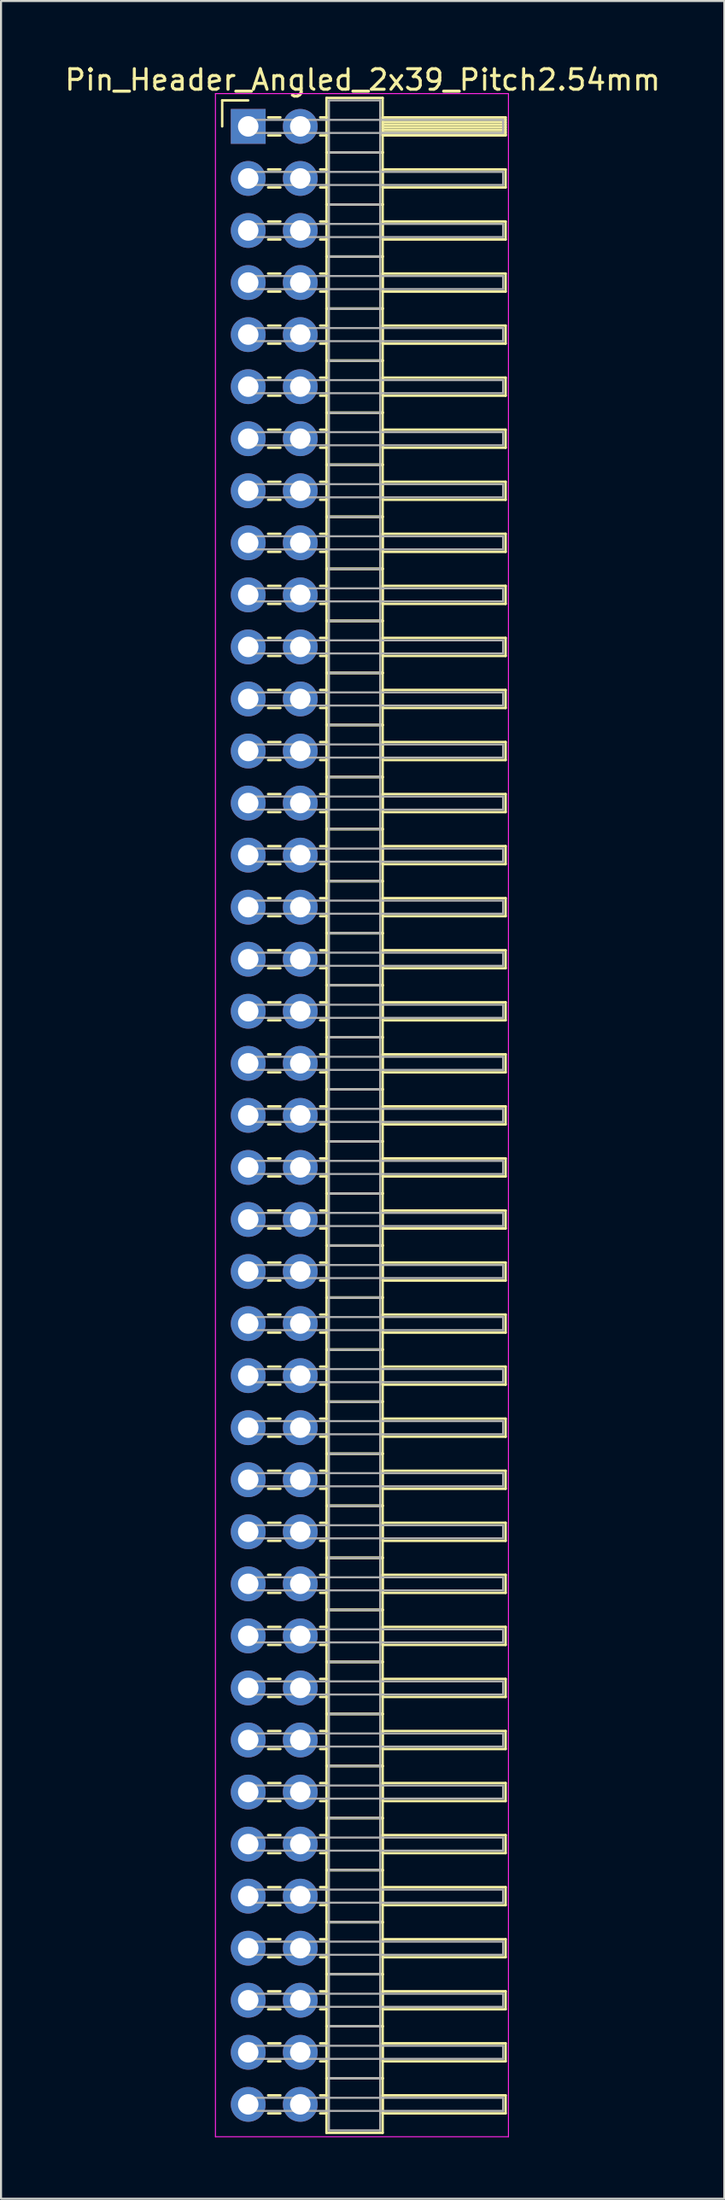
<source format=kicad_pcb>
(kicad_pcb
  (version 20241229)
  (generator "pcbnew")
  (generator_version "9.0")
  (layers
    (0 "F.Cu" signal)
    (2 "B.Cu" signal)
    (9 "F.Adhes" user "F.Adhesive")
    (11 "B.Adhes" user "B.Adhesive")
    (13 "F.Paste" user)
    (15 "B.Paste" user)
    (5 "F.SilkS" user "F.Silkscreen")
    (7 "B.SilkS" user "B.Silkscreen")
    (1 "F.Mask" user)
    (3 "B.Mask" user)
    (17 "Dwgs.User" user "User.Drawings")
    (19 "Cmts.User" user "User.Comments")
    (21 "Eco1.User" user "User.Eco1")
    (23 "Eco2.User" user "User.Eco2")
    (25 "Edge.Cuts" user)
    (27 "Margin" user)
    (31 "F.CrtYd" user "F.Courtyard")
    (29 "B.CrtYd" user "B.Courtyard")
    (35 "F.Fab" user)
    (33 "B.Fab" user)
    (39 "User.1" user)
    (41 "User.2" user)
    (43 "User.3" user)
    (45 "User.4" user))
  (footprint "Pin_Header_Angled_2x39_Pitch2.54mm"
    (layer "F.Cu")
    (at 9.064 3.118)
    (property "Reference" "Pin_Header_Angled_2x39_Pitch2.54mm" (at 5.585 -2.27 0) (layer "F.SilkS") (effects (font (size 1 1) (thickness 0.15))))
    (attr through_hole)
    (fp_line (start -1.27 -1.27) (end 0 -1.27) (stroke (width 0.12) (type solid)) (layer "F.SilkS"))
    (fp_line (start -1.27 0) (end -1.27 -1.27) (stroke (width 0.12) (type solid)) (layer "F.SilkS"))
    (fp_line (start 0.97 -0.44) (end 1.57 -0.44) (stroke (width 0.12) (type solid)) (layer "F.SilkS"))
    (fp_line (start 0.97 0.44) (end 1.57 0.44) (stroke (width 0.12) (type solid)) (layer "F.SilkS"))
    (fp_line (start 0.97 2.1) (end 1.57 2.1) (stroke (width 0.12) (type solid)) (layer "F.SilkS"))
    (fp_line (start 0.97 2.98) (end 1.57 2.98) (stroke (width 0.12) (type solid)) (layer "F.SilkS"))
    (fp_line (start 0.97 4.64) (end 1.57 4.64) (stroke (width 0.12) (type solid)) (layer "F.SilkS"))
    (fp_line (start 0.97 5.52) (end 1.57 5.52) (stroke (width 0.12) (type solid)) (layer "F.SilkS"))
    (fp_line (start 0.97 7.18) (end 1.57 7.18) (stroke (width 0.12) (type solid)) (layer "F.SilkS"))
    (fp_line (start 0.97 8.06) (end 1.57 8.06) (stroke (width 0.12) (type solid)) (layer "F.SilkS"))
    (fp_line (start 0.97 9.72) (end 1.57 9.72) (stroke (width 0.12) (type solid)) (layer "F.SilkS"))
    (fp_line (start 0.97 10.6) (end 1.57 10.6) (stroke (width 0.12) (type solid)) (layer "F.SilkS"))
    (fp_line (start 0.97 12.26) (end 1.57 12.26) (stroke (width 0.12) (type solid)) (layer "F.SilkS"))
    (fp_line (start 0.97 13.14) (end 1.57 13.14) (stroke (width 0.12) (type solid)) (layer "F.SilkS"))
    (fp_line (start 0.97 14.8) (end 1.57 14.8) (stroke (width 0.12) (type solid)) (layer "F.SilkS"))
    (fp_line (start 0.97 15.68) (end 1.57 15.68) (stroke (width 0.12) (type solid)) (layer "F.SilkS"))
    (fp_line (start 0.97 17.34) (end 1.57 17.34) (stroke (width 0.12) (type solid)) (layer "F.SilkS"))
    (fp_line (start 0.97 18.22) (end 1.57 18.22) (stroke (width 0.12) (type solid)) (layer "F.SilkS"))
    (fp_line (start 0.97 19.88) (end 1.57 19.88) (stroke (width 0.12) (type solid)) (layer "F.SilkS"))
    (fp_line (start 0.97 20.76) (end 1.57 20.76) (stroke (width 0.12) (type solid)) (layer "F.SilkS"))
    (fp_line (start 0.97 22.42) (end 1.57 22.42) (stroke (width 0.12) (type solid)) (layer "F.SilkS"))
    (fp_line (start 0.97 23.3) (end 1.57 23.3) (stroke (width 0.12) (type solid)) (layer "F.SilkS"))
    (fp_line (start 0.97 24.96) (end 1.57 24.96) (stroke (width 0.12) (type solid)) (layer "F.SilkS"))
    (fp_line (start 0.97 25.84) (end 1.57 25.84) (stroke (width 0.12) (type solid)) (layer "F.SilkS"))
    (fp_line (start 0.97 27.5) (end 1.57 27.5) (stroke (width 0.12) (type solid)) (layer "F.SilkS"))
    (fp_line (start 0.97 28.38) (end 1.57 28.38) (stroke (width 0.12) (type solid)) (layer "F.SilkS"))
    (fp_line (start 0.97 30.04) (end 1.57 30.04) (stroke (width 0.12) (type solid)) (layer "F.SilkS"))
    (fp_line (start 0.97 30.92) (end 1.57 30.92) (stroke (width 0.12) (type solid)) (layer "F.SilkS"))
    (fp_line (start 0.97 32.58) (end 1.57 32.58) (stroke (width 0.12) (type solid)) (layer "F.SilkS"))
    (fp_line (start 0.97 33.46) (end 1.57 33.46) (stroke (width 0.12) (type solid)) (layer "F.SilkS"))
    (fp_line (start 0.97 35.12) (end 1.57 35.12) (stroke (width 0.12) (type solid)) (layer "F.SilkS"))
    (fp_line (start 0.97 36) (end 1.57 36) (stroke (width 0.12) (type solid)) (layer "F.SilkS"))
    (fp_line (start 0.97 37.66) (end 1.57 37.66) (stroke (width 0.12) (type solid)) (layer "F.SilkS"))
    (fp_line (start 0.97 38.54) (end 1.57 38.54) (stroke (width 0.12) (type solid)) (layer "F.SilkS"))
    (fp_line (start 0.97 40.2) (end 1.57 40.2) (stroke (width 0.12) (type solid)) (layer "F.SilkS"))
    (fp_line (start 0.97 41.08) (end 1.57 41.08) (stroke (width 0.12) (type solid)) (layer "F.SilkS"))
    (fp_line (start 0.97 42.74) (end 1.57 42.74) (stroke (width 0.12) (type solid)) (layer "F.SilkS"))
    (fp_line (start 0.97 43.62) (end 1.57 43.62) (stroke (width 0.12) (type solid)) (layer "F.SilkS"))
    (fp_line (start 0.97 45.28) (end 1.57 45.28) (stroke (width 0.12) (type solid)) (layer "F.SilkS"))
    (fp_line (start 0.97 46.16) (end 1.57 46.16) (stroke (width 0.12) (type solid)) (layer "F.SilkS"))
    (fp_line (start 0.97 47.82) (end 1.57 47.82) (stroke (width 0.12) (type solid)) (layer "F.SilkS"))
    (fp_line (start 0.97 48.7) (end 1.57 48.7) (stroke (width 0.12) (type solid)) (layer "F.SilkS"))
    (fp_line (start 0.97 50.36) (end 1.57 50.36) (stroke (width 0.12) (type solid)) (layer "F.SilkS"))
    (fp_line (start 0.97 51.24) (end 1.57 51.24) (stroke (width 0.12) (type solid)) (layer "F.SilkS"))
    (fp_line (start 0.97 52.9) (end 1.57 52.9) (stroke (width 0.12) (type solid)) (layer "F.SilkS"))
    (fp_line (start 0.97 53.78) (end 1.57 53.78) (stroke (width 0.12) (type solid)) (layer "F.SilkS"))
    (fp_line (start 0.97 55.44) (end 1.57 55.44) (stroke (width 0.12) (type solid)) (layer "F.SilkS"))
    (fp_line (start 0.97 56.32) (end 1.57 56.32) (stroke (width 0.12) (type solid)) (layer "F.SilkS"))
    (fp_line (start 0.97 57.98) (end 1.57 57.98) (stroke (width 0.12) (type solid)) (layer "F.SilkS"))
    (fp_line (start 0.97 58.86) (end 1.57 58.86) (stroke (width 0.12) (type solid)) (layer "F.SilkS"))
    (fp_line (start 0.97 60.52) (end 1.57 60.52) (stroke (width 0.12) (type solid)) (layer "F.SilkS"))
    (fp_line (start 0.97 61.4) (end 1.57 61.4) (stroke (width 0.12) (type solid)) (layer "F.SilkS"))
    (fp_line (start 0.97 63.06) (end 1.57 63.06) (stroke (width 0.12) (type solid)) (layer "F.SilkS"))
    (fp_line (start 0.97 63.94) (end 1.57 63.94) (stroke (width 0.12) (type solid)) (layer "F.SilkS"))
    (fp_line (start 0.97 65.6) (end 1.57 65.6) (stroke (width 0.12) (type solid)) (layer "F.SilkS"))
    (fp_line (start 0.97 66.48) (end 1.57 66.48) (stroke (width 0.12) (type solid)) (layer "F.SilkS"))
    (fp_line (start 0.97 68.14) (end 1.57 68.14) (stroke (width 0.12) (type solid)) (layer "F.SilkS"))
    (fp_line (start 0.97 69.02) (end 1.57 69.02) (stroke (width 0.12) (type solid)) (layer "F.SilkS"))
    (fp_line (start 0.97 70.68) (end 1.57 70.68) (stroke (width 0.12) (type solid)) (layer "F.SilkS"))
    (fp_line (start 0.97 71.56) (end 1.57 71.56) (stroke (width 0.12) (type solid)) (layer "F.SilkS"))
    (fp_line (start 0.97 73.22) (end 1.57 73.22) (stroke (width 0.12) (type solid)) (layer "F.SilkS"))
    (fp_line (start 0.97 74.1) (end 1.57 74.1) (stroke (width 0.12) (type solid)) (layer "F.SilkS"))
    (fp_line (start 0.97 75.76) (end 1.57 75.76) (stroke (width 0.12) (type solid)) (layer "F.SilkS"))
    (fp_line (start 0.97 76.64) (end 1.57 76.64) (stroke (width 0.12) (type solid)) (layer "F.SilkS"))
    (fp_line (start 0.97 78.3) (end 1.57 78.3) (stroke (width 0.12) (type solid)) (layer "F.SilkS"))
    (fp_line (start 0.97 79.18) (end 1.57 79.18) (stroke (width 0.12) (type solid)) (layer "F.SilkS"))
    (fp_line (start 0.97 80.84) (end 1.57 80.84) (stroke (width 0.12) (type solid)) (layer "F.SilkS"))
    (fp_line (start 0.97 81.72) (end 1.57 81.72) (stroke (width 0.12) (type solid)) (layer "F.SilkS"))
    (fp_line (start 0.97 83.38) (end 1.57 83.38) (stroke (width 0.12) (type solid)) (layer "F.SilkS"))
    (fp_line (start 0.97 84.26) (end 1.57 84.26) (stroke (width 0.12) (type solid)) (layer "F.SilkS"))
    (fp_line (start 0.97 85.92) (end 1.57 85.92) (stroke (width 0.12) (type solid)) (layer "F.SilkS"))
    (fp_line (start 0.97 86.8) (end 1.57 86.8) (stroke (width 0.12) (type solid)) (layer "F.SilkS"))
    (fp_line (start 0.97 88.46) (end 1.57 88.46) (stroke (width 0.12) (type solid)) (layer "F.SilkS"))
    (fp_line (start 0.97 89.34) (end 1.57 89.34) (stroke (width 0.12) (type solid)) (layer "F.SilkS"))
    (fp_line (start 0.97 91) (end 1.57 91) (stroke (width 0.12) (type solid)) (layer "F.SilkS"))
    (fp_line (start 0.97 91.88) (end 1.57 91.88) (stroke (width 0.12) (type solid)) (layer "F.SilkS"))
    (fp_line (start 0.97 93.54) (end 1.57 93.54) (stroke (width 0.12) (type solid)) (layer "F.SilkS"))
    (fp_line (start 0.97 94.42) (end 1.57 94.42) (stroke (width 0.12) (type solid)) (layer "F.SilkS"))
    (fp_line (start 0.97 96.08) (end 1.57 96.08) (stroke (width 0.12) (type solid)) (layer "F.SilkS"))
    (fp_line (start 0.97 96.96) (end 1.57 96.96) (stroke (width 0.12) (type solid)) (layer "F.SilkS"))
    (fp_line (start 3.51 -0.44) (end 3.82 -0.44) (stroke (width 0.12) (type solid)) (layer "F.SilkS"))
    (fp_line (start 3.51 0.44) (end 3.82 0.44) (stroke (width 0.12) (type solid)) (layer "F.SilkS"))
    (fp_line (start 3.51 2.1) (end 3.82 2.1) (stroke (width 0.12) (type solid)) (layer "F.SilkS"))
    (fp_line (start 3.51 2.98) (end 3.82 2.98) (stroke (width 0.12) (type solid)) (layer "F.SilkS"))
    (fp_line (start 3.51 4.64) (end 3.82 4.64) (stroke (width 0.12) (type solid)) (layer "F.SilkS"))
    (fp_line (start 3.51 5.52) (end 3.82 5.52) (stroke (width 0.12) (type solid)) (layer "F.SilkS"))
    (fp_line (start 3.51 7.18) (end 3.82 7.18) (stroke (width 0.12) (type solid)) (layer "F.SilkS"))
    (fp_line (start 3.51 8.06) (end 3.82 8.06) (stroke (width 0.12) (type solid)) (layer "F.SilkS"))
    (fp_line (start 3.51 9.72) (end 3.82 9.72) (stroke (width 0.12) (type solid)) (layer "F.SilkS"))
    (fp_line (start 3.51 10.6) (end 3.82 10.6) (stroke (width 0.12) (type solid)) (layer "F.SilkS"))
    (fp_line (start 3.51 12.26) (end 3.82 12.26) (stroke (width 0.12) (type solid)) (layer "F.SilkS"))
    (fp_line (start 3.51 13.14) (end 3.82 13.14) (stroke (width 0.12) (type solid)) (layer "F.SilkS"))
    (fp_line (start 3.51 14.8) (end 3.82 14.8) (stroke (width 0.12) (type solid)) (layer "F.SilkS"))
    (fp_line (start 3.51 15.68) (end 3.82 15.68) (stroke (width 0.12) (type solid)) (layer "F.SilkS"))
    (fp_line (start 3.51 17.34) (end 3.82 17.34) (stroke (width 0.12) (type solid)) (layer "F.SilkS"))
    (fp_line (start 3.51 18.22) (end 3.82 18.22) (stroke (width 0.12) (type solid)) (layer "F.SilkS"))
    (fp_line (start 3.51 19.88) (end 3.82 19.88) (stroke (width 0.12) (type solid)) (layer "F.SilkS"))
    (fp_line (start 3.51 20.76) (end 3.82 20.76) (stroke (width 0.12) (type solid)) (layer "F.SilkS"))
    (fp_line (start 3.51 22.42) (end 3.82 22.42) (stroke (width 0.12) (type solid)) (layer "F.SilkS"))
    (fp_line (start 3.51 23.3) (end 3.82 23.3) (stroke (width 0.12) (type solid)) (layer "F.SilkS"))
    (fp_line (start 3.51 24.96) (end 3.82 24.96) (stroke (width 0.12) (type solid)) (layer "F.SilkS"))
    (fp_line (start 3.51 25.84) (end 3.82 25.84) (stroke (width 0.12) (type solid)) (layer "F.SilkS"))
    (fp_line (start 3.51 27.5) (end 3.82 27.5) (stroke (width 0.12) (type solid)) (layer "F.SilkS"))
    (fp_line (start 3.51 28.38) (end 3.82 28.38) (stroke (width 0.12) (type solid)) (layer "F.SilkS"))
    (fp_line (start 3.51 30.04) (end 3.82 30.04) (stroke (width 0.12) (type solid)) (layer "F.SilkS"))
    (fp_line (start 3.51 30.92) (end 3.82 30.92) (stroke (width 0.12) (type solid)) (layer "F.SilkS"))
    (fp_line (start 3.51 32.58) (end 3.82 32.58) (stroke (width 0.12) (type solid)) (layer "F.SilkS"))
    (fp_line (start 3.51 33.46) (end 3.82 33.46) (stroke (width 0.12) (type solid)) (layer "F.SilkS"))
    (fp_line (start 3.51 35.12) (end 3.82 35.12) (stroke (width 0.12) (type solid)) (layer "F.SilkS"))
    (fp_line (start 3.51 36) (end 3.82 36) (stroke (width 0.12) (type solid)) (layer "F.SilkS"))
    (fp_line (start 3.51 37.66) (end 3.82 37.66) (stroke (width 0.12) (type solid)) (layer "F.SilkS"))
    (fp_line (start 3.51 38.54) (end 3.82 38.54) (stroke (width 0.12) (type solid)) (layer "F.SilkS"))
    (fp_line (start 3.51 40.2) (end 3.82 40.2) (stroke (width 0.12) (type solid)) (layer "F.SilkS"))
    (fp_line (start 3.51 41.08) (end 3.82 41.08) (stroke (width 0.12) (type solid)) (layer "F.SilkS"))
    (fp_line (start 3.51 42.74) (end 3.82 42.74) (stroke (width 0.12) (type solid)) (layer "F.SilkS"))
    (fp_line (start 3.51 43.62) (end 3.82 43.62) (stroke (width 0.12) (type solid)) (layer "F.SilkS"))
    (fp_line (start 3.51 45.28) (end 3.82 45.28) (stroke (width 0.12) (type solid)) (layer "F.SilkS"))
    (fp_line (start 3.51 46.16) (end 3.82 46.16) (stroke (width 0.12) (type solid)) (layer "F.SilkS"))
    (fp_line (start 3.51 47.82) (end 3.82 47.82) (stroke (width 0.12) (type solid)) (layer "F.SilkS"))
    (fp_line (start 3.51 48.7) (end 3.82 48.7) (stroke (width 0.12) (type solid)) (layer "F.SilkS"))
    (fp_line (start 3.51 50.36) (end 3.82 50.36) (stroke (width 0.12) (type solid)) (layer "F.SilkS"))
    (fp_line (start 3.51 51.24) (end 3.82 51.24) (stroke (width 0.12) (type solid)) (layer "F.SilkS"))
    (fp_line (start 3.51 52.9) (end 3.82 52.9) (stroke (width 0.12) (type solid)) (layer "F.SilkS"))
    (fp_line (start 3.51 53.78) (end 3.82 53.78) (stroke (width 0.12) (type solid)) (layer "F.SilkS"))
    (fp_line (start 3.51 55.44) (end 3.82 55.44) (stroke (width 0.12) (type solid)) (layer "F.SilkS"))
    (fp_line (start 3.51 56.32) (end 3.82 56.32) (stroke (width 0.12) (type solid)) (layer "F.SilkS"))
    (fp_line (start 3.51 57.98) (end 3.82 57.98) (stroke (width 0.12) (type solid)) (layer "F.SilkS"))
    (fp_line (start 3.51 58.86) (end 3.82 58.86) (stroke (width 0.12) (type solid)) (layer "F.SilkS"))
    (fp_line (start 3.51 60.52) (end 3.82 60.52) (stroke (width 0.12) (type solid)) (layer "F.SilkS"))
    (fp_line (start 3.51 61.4) (end 3.82 61.4) (stroke (width 0.12) (type solid)) (layer "F.SilkS"))
    (fp_line (start 3.51 63.06) (end 3.82 63.06) (stroke (width 0.12) (type solid)) (layer "F.SilkS"))
    (fp_line (start 3.51 63.94) (end 3.82 63.94) (stroke (width 0.12) (type solid)) (layer "F.SilkS"))
    (fp_line (start 3.51 65.6) (end 3.82 65.6) (stroke (width 0.12) (type solid)) (layer "F.SilkS"))
    (fp_line (start 3.51 66.48) (end 3.82 66.48) (stroke (width 0.12) (type solid)) (layer "F.SilkS"))
    (fp_line (start 3.51 68.14) (end 3.82 68.14) (stroke (width 0.12) (type solid)) (layer "F.SilkS"))
    (fp_line (start 3.51 69.02) (end 3.82 69.02) (stroke (width 0.12) (type solid)) (layer "F.SilkS"))
    (fp_line (start 3.51 70.68) (end 3.82 70.68) (stroke (width 0.12) (type solid)) (layer "F.SilkS"))
    (fp_line (start 3.51 71.56) (end 3.82 71.56) (stroke (width 0.12) (type solid)) (layer "F.SilkS"))
    (fp_line (start 3.51 73.22) (end 3.82 73.22) (stroke (width 0.12) (type solid)) (layer "F.SilkS"))
    (fp_line (start 3.51 74.1) (end 3.82 74.1) (stroke (width 0.12) (type solid)) (layer "F.SilkS"))
    (fp_line (start 3.51 75.76) (end 3.82 75.76) (stroke (width 0.12) (type solid)) (layer "F.SilkS"))
    (fp_line (start 3.51 76.64) (end 3.82 76.64) (stroke (width 0.12) (type solid)) (layer "F.SilkS"))
    (fp_line (start 3.51 78.3) (end 3.82 78.3) (stroke (width 0.12) (type solid)) (layer "F.SilkS"))
    (fp_line (start 3.51 79.18) (end 3.82 79.18) (stroke (width 0.12) (type solid)) (layer "F.SilkS"))
    (fp_line (start 3.51 80.84) (end 3.82 80.84) (stroke (width 0.12) (type solid)) (layer "F.SilkS"))
    (fp_line (start 3.51 81.72) (end 3.82 81.72) (stroke (width 0.12) (type solid)) (layer "F.SilkS"))
    (fp_line (start 3.51 83.38) (end 3.82 83.38) (stroke (width 0.12) (type solid)) (layer "F.SilkS"))
    (fp_line (start 3.51 84.26) (end 3.82 84.26) (stroke (width 0.12) (type solid)) (layer "F.SilkS"))
    (fp_line (start 3.51 85.92) (end 3.82 85.92) (stroke (width 0.12) (type solid)) (layer "F.SilkS"))
    (fp_line (start 3.51 86.8) (end 3.82 86.8) (stroke (width 0.12) (type solid)) (layer "F.SilkS"))
    (fp_line (start 3.51 88.46) (end 3.82 88.46) (stroke (width 0.12) (type solid)) (layer "F.SilkS"))
    (fp_line (start 3.51 89.34) (end 3.82 89.34) (stroke (width 0.12) (type solid)) (layer "F.SilkS"))
    (fp_line (start 3.51 91) (end 3.82 91) (stroke (width 0.12) (type solid)) (layer "F.SilkS"))
    (fp_line (start 3.51 91.88) (end 3.82 91.88) (stroke (width 0.12) (type solid)) (layer "F.SilkS"))
    (fp_line (start 3.51 93.54) (end 3.82 93.54) (stroke (width 0.12) (type solid)) (layer "F.SilkS"))
    (fp_line (start 3.51 94.42) (end 3.82 94.42) (stroke (width 0.12) (type solid)) (layer "F.SilkS"))
    (fp_line (start 3.51 96.08) (end 3.82 96.08) (stroke (width 0.12) (type solid)) (layer "F.SilkS"))
    (fp_line (start 3.51 96.96) (end 3.82 96.96) (stroke (width 0.12) (type solid)) (layer "F.SilkS"))
    (fp_line (start 3.82 -1.39) (end 3.82 1.27) (stroke (width 0.12) (type solid)) (layer "F.SilkS"))
    (fp_line (start 3.82 1.27) (end 3.82 3.81) (stroke (width 0.12) (type solid)) (layer "F.SilkS"))
    (fp_line (start 3.82 1.27) (end 6.56 1.27) (stroke (width 0.12) (type solid)) (layer "F.SilkS"))
    (fp_line (start 3.82 3.81) (end 3.82 6.35) (stroke (width 0.12) (type solid)) (layer "F.SilkS"))
    (fp_line (start 3.82 3.81) (end 6.56 3.81) (stroke (width 0.12) (type solid)) (layer "F.SilkS"))
    (fp_line (start 3.82 6.35) (end 3.82 8.89) (stroke (width 0.12) (type solid)) (layer "F.SilkS"))
    (fp_line (start 3.82 6.35) (end 6.56 6.35) (stroke (width 0.12) (type solid)) (layer "F.SilkS"))
    (fp_line (start 3.82 8.89) (end 3.82 11.43) (stroke (width 0.12) (type solid)) (layer "F.SilkS"))
    (fp_line (start 3.82 8.89) (end 6.56 8.89) (stroke (width 0.12) (type solid)) (layer "F.SilkS"))
    (fp_line (start 3.82 11.43) (end 3.82 13.97) (stroke (width 0.12) (type solid)) (layer "F.SilkS"))
    (fp_line (start 3.82 11.43) (end 6.56 11.43) (stroke (width 0.12) (type solid)) (layer "F.SilkS"))
    (fp_line (start 3.82 13.97) (end 3.82 16.51) (stroke (width 0.12) (type solid)) (layer "F.SilkS"))
    (fp_line (start 3.82 13.97) (end 6.56 13.97) (stroke (width 0.12) (type solid)) (layer "F.SilkS"))
    (fp_line (start 3.82 16.51) (end 3.82 19.05) (stroke (width 0.12) (type solid)) (layer "F.SilkS"))
    (fp_line (start 3.82 16.51) (end 6.56 16.51) (stroke (width 0.12) (type solid)) (layer "F.SilkS"))
    (fp_line (start 3.82 19.05) (end 3.82 21.59) (stroke (width 0.12) (type solid)) (layer "F.SilkS"))
    (fp_line (start 3.82 19.05) (end 6.56 19.05) (stroke (width 0.12) (type solid)) (layer "F.SilkS"))
    (fp_line (start 3.82 21.59) (end 3.82 24.13) (stroke (width 0.12) (type solid)) (layer "F.SilkS"))
    (fp_line (start 3.82 21.59) (end 6.56 21.59) (stroke (width 0.12) (type solid)) (layer "F.SilkS"))
    (fp_line (start 3.82 24.13) (end 3.82 26.67) (stroke (width 0.12) (type solid)) (layer "F.SilkS"))
    (fp_line (start 3.82 24.13) (end 6.56 24.13) (stroke (width 0.12) (type solid)) (layer "F.SilkS"))
    (fp_line (start 3.82 26.67) (end 3.82 29.21) (stroke (width 0.12) (type solid)) (layer "F.SilkS"))
    (fp_line (start 3.82 26.67) (end 6.56 26.67) (stroke (width 0.12) (type solid)) (layer "F.SilkS"))
    (fp_line (start 3.82 29.21) (end 3.82 31.75) (stroke (width 0.12) (type solid)) (layer "F.SilkS"))
    (fp_line (start 3.82 29.21) (end 6.56 29.21) (stroke (width 0.12) (type solid)) (layer "F.SilkS"))
    (fp_line (start 3.82 31.75) (end 3.82 34.29) (stroke (width 0.12) (type solid)) (layer "F.SilkS"))
    (fp_line (start 3.82 31.75) (end 6.56 31.75) (stroke (width 0.12) (type solid)) (layer "F.SilkS"))
    (fp_line (start 3.82 34.29) (end 3.82 36.83) (stroke (width 0.12) (type solid)) (layer "F.SilkS"))
    (fp_line (start 3.82 34.29) (end 6.56 34.29) (stroke (width 0.12) (type solid)) (layer "F.SilkS"))
    (fp_line (start 3.82 36.83) (end 3.82 39.37) (stroke (width 0.12) (type solid)) (layer "F.SilkS"))
    (fp_line (start 3.82 36.83) (end 6.56 36.83) (stroke (width 0.12) (type solid)) (layer "F.SilkS"))
    (fp_line (start 3.82 39.37) (end 3.82 41.91) (stroke (width 0.12) (type solid)) (layer "F.SilkS"))
    (fp_line (start 3.82 39.37) (end 6.56 39.37) (stroke (width 0.12) (type solid)) (layer "F.SilkS"))
    (fp_line (start 3.82 41.91) (end 3.82 44.45) (stroke (width 0.12) (type solid)) (layer "F.SilkS"))
    (fp_line (start 3.82 41.91) (end 6.56 41.91) (stroke (width 0.12) (type solid)) (layer "F.SilkS"))
    (fp_line (start 3.82 44.45) (end 3.82 46.99) (stroke (width 0.12) (type solid)) (layer "F.SilkS"))
    (fp_line (start 3.82 44.45) (end 6.56 44.45) (stroke (width 0.12) (type solid)) (layer "F.SilkS"))
    (fp_line (start 3.82 46.99) (end 3.82 49.53) (stroke (width 0.12) (type solid)) (layer "F.SilkS"))
    (fp_line (start 3.82 46.99) (end 6.56 46.99) (stroke (width 0.12) (type solid)) (layer "F.SilkS"))
    (fp_line (start 3.82 49.53) (end 3.82 52.07) (stroke (width 0.12) (type solid)) (layer "F.SilkS"))
    (fp_line (start 3.82 49.53) (end 6.56 49.53) (stroke (width 0.12) (type solid)) (layer "F.SilkS"))
    (fp_line (start 3.82 52.07) (end 3.82 54.61) (stroke (width 0.12) (type solid)) (layer "F.SilkS"))
    (fp_line (start 3.82 52.07) (end 6.56 52.07) (stroke (width 0.12) (type solid)) (layer "F.SilkS"))
    (fp_line (start 3.82 54.61) (end 3.82 57.15) (stroke (width 0.12) (type solid)) (layer "F.SilkS"))
    (fp_line (start 3.82 54.61) (end 6.56 54.61) (stroke (width 0.12) (type solid)) (layer "F.SilkS"))
    (fp_line (start 3.82 57.15) (end 3.82 59.69) (stroke (width 0.12) (type solid)) (layer "F.SilkS"))
    (fp_line (start 3.82 57.15) (end 6.56 57.15) (stroke (width 0.12) (type solid)) (layer "F.SilkS"))
    (fp_line (start 3.82 59.69) (end 3.82 62.23) (stroke (width 0.12) (type solid)) (layer "F.SilkS"))
    (fp_line (start 3.82 59.69) (end 6.56 59.69) (stroke (width 0.12) (type solid)) (layer "F.SilkS"))
    (fp_line (start 3.82 62.23) (end 3.82 64.77) (stroke (width 0.12) (type solid)) (layer "F.SilkS"))
    (fp_line (start 3.82 62.23) (end 6.56 62.23) (stroke (width 0.12) (type solid)) (layer "F.SilkS"))
    (fp_line (start 3.82 64.77) (end 3.82 67.31) (stroke (width 0.12) (type solid)) (layer "F.SilkS"))
    (fp_line (start 3.82 64.77) (end 6.56 64.77) (stroke (width 0.12) (type solid)) (layer "F.SilkS"))
    (fp_line (start 3.82 67.31) (end 3.82 69.85) (stroke (width 0.12) (type solid)) (layer "F.SilkS"))
    (fp_line (start 3.82 67.31) (end 6.56 67.31) (stroke (width 0.12) (type solid)) (layer "F.SilkS"))
    (fp_line (start 3.82 69.85) (end 3.82 72.39) (stroke (width 0.12) (type solid)) (layer "F.SilkS"))
    (fp_line (start 3.82 69.85) (end 6.56 69.85) (stroke (width 0.12) (type solid)) (layer "F.SilkS"))
    (fp_line (start 3.82 72.39) (end 3.82 74.93) (stroke (width 0.12) (type solid)) (layer "F.SilkS"))
    (fp_line (start 3.82 72.39) (end 6.56 72.39) (stroke (width 0.12) (type solid)) (layer "F.SilkS"))
    (fp_line (start 3.82 74.93) (end 3.82 77.47) (stroke (width 0.12) (type solid)) (layer "F.SilkS"))
    (fp_line (start 3.82 74.93) (end 6.56 74.93) (stroke (width 0.12) (type solid)) (layer "F.SilkS"))
    (fp_line (start 3.82 77.47) (end 3.82 80.01) (stroke (width 0.12) (type solid)) (layer "F.SilkS"))
    (fp_line (start 3.82 77.47) (end 6.56 77.47) (stroke (width 0.12) (type solid)) (layer "F.SilkS"))
    (fp_line (start 3.82 80.01) (end 3.82 82.55) (stroke (width 0.12) (type solid)) (layer "F.SilkS"))
    (fp_line (start 3.82 80.01) (end 6.56 80.01) (stroke (width 0.12) (type solid)) (layer "F.SilkS"))
    (fp_line (start 3.82 82.55) (end 3.82 85.09) (stroke (width 0.12) (type solid)) (layer "F.SilkS"))
    (fp_line (start 3.82 82.55) (end 6.56 82.55) (stroke (width 0.12) (type solid)) (layer "F.SilkS"))
    (fp_line (start 3.82 85.09) (end 3.82 87.63) (stroke (width 0.12) (type solid)) (layer "F.SilkS"))
    (fp_line (start 3.82 85.09) (end 6.56 85.09) (stroke (width 0.12) (type solid)) (layer "F.SilkS"))
    (fp_line (start 3.82 87.63) (end 3.82 90.17) (stroke (width 0.12) (type solid)) (layer "F.SilkS"))
    (fp_line (start 3.82 87.63) (end 6.56 87.63) (stroke (width 0.12) (type solid)) (layer "F.SilkS"))
    (fp_line (start 3.82 90.17) (end 3.82 92.71) (stroke (width 0.12) (type solid)) (layer "F.SilkS"))
    (fp_line (start 3.82 90.17) (end 6.56 90.17) (stroke (width 0.12) (type solid)) (layer "F.SilkS"))
    (fp_line (start 3.82 92.71) (end 3.82 95.25) (stroke (width 0.12) (type solid)) (layer "F.SilkS"))
    (fp_line (start 3.82 92.71) (end 6.56 92.71) (stroke (width 0.12) (type solid)) (layer "F.SilkS"))
    (fp_line (start 3.82 95.25) (end 3.82 97.91) (stroke (width 0.12) (type solid)) (layer "F.SilkS"))
    (fp_line (start 3.82 95.25) (end 6.56 95.25) (stroke (width 0.12) (type solid)) (layer "F.SilkS"))
    (fp_line (start 3.82 97.91) (end 6.56 97.91) (stroke (width 0.12) (type solid)) (layer "F.SilkS"))
    (fp_line (start 6.56 -1.39) (end 3.82 -1.39) (stroke (width 0.12) (type solid)) (layer "F.SilkS"))
    (fp_line (start 6.56 -0.44) (end 6.56 0.44) (stroke (width 0.12) (type solid)) (layer "F.SilkS"))
    (fp_line (start 6.56 -0.32) (end 12.56 -0.32) (stroke (width 0.12) (type solid)) (layer "F.SilkS"))
    (fp_line (start 6.56 -0.2) (end 12.56 -0.2) (stroke (width 0.12) (type solid)) (layer "F.SilkS"))
    (fp_line (start 6.56 -0.08) (end 12.56 -0.08) (stroke (width 0.12) (type solid)) (layer "F.SilkS"))
    (fp_line (start 6.56 0.04) (end 12.56 0.04) (stroke (width 0.12) (type solid)) (layer "F.SilkS"))
    (fp_line (start 6.56 0.16) (end 12.56 0.16) (stroke (width 0.12) (type solid)) (layer "F.SilkS"))
    (fp_line (start 6.56 0.28) (end 12.56 0.28) (stroke (width 0.12) (type solid)) (layer "F.SilkS"))
    (fp_line (start 6.56 0.4) (end 12.56 0.4) (stroke (width 0.12) (type solid)) (layer "F.SilkS"))
    (fp_line (start 6.56 0.44) (end 12.56 0.44) (stroke (width 0.12) (type solid)) (layer "F.SilkS"))
    (fp_line (start 6.56 1.27) (end 3.82 1.27) (stroke (width 0.12) (type solid)) (layer "F.SilkS"))
    (fp_line (start 6.56 1.27) (end 6.56 -1.39) (stroke (width 0.12) (type solid)) (layer "F.SilkS"))
    (fp_line (start 6.56 2.1) (end 6.56 2.98) (stroke (width 0.12) (type solid)) (layer "F.SilkS"))
    (fp_line (start 6.56 2.98) (end 12.56 2.98) (stroke (width 0.12) (type solid)) (layer "F.SilkS"))
    (fp_line (start 6.56 3.81) (end 3.82 3.81) (stroke (width 0.12) (type solid)) (layer "F.SilkS"))
    (fp_line (start 6.56 3.81) (end 6.56 1.27) (stroke (width 0.12) (type solid)) (layer "F.SilkS"))
    (fp_line (start 6.56 4.64) (end 6.56 5.52) (stroke (width 0.12) (type solid)) (layer "F.SilkS"))
    (fp_line (start 6.56 5.52) (end 12.56 5.52) (stroke (width 0.12) (type solid)) (layer "F.SilkS"))
    (fp_line (start 6.56 6.35) (end 3.82 6.35) (stroke (width 0.12) (type solid)) (layer "F.SilkS"))
    (fp_line (start 6.56 6.35) (end 6.56 3.81) (stroke (width 0.12) (type solid)) (layer "F.SilkS"))
    (fp_line (start 6.56 7.18) (end 6.56 8.06) (stroke (width 0.12) (type solid)) (layer "F.SilkS"))
    (fp_line (start 6.56 8.06) (end 12.56 8.06) (stroke (width 0.12) (type solid)) (layer "F.SilkS"))
    (fp_line (start 6.56 8.89) (end 3.82 8.89) (stroke (width 0.12) (type solid)) (layer "F.SilkS"))
    (fp_line (start 6.56 8.89) (end 6.56 6.35) (stroke (width 0.12) (type solid)) (layer "F.SilkS"))
    (fp_line (start 6.56 9.72) (end 6.56 10.6) (stroke (width 0.12) (type solid)) (layer "F.SilkS"))
    (fp_line (start 6.56 10.6) (end 12.56 10.6) (stroke (width 0.12) (type solid)) (layer "F.SilkS"))
    (fp_line (start 6.56 11.43) (end 3.82 11.43) (stroke (width 0.12) (type solid)) (layer "F.SilkS"))
    (fp_line (start 6.56 11.43) (end 6.56 8.89) (stroke (width 0.12) (type solid)) (layer "F.SilkS"))
    (fp_line (start 6.56 12.26) (end 6.56 13.14) (stroke (width 0.12) (type solid)) (layer "F.SilkS"))
    (fp_line (start 6.56 13.14) (end 12.56 13.14) (stroke (width 0.12) (type solid)) (layer "F.SilkS"))
    (fp_line (start 6.56 13.97) (end 3.82 13.97) (stroke (width 0.12) (type solid)) (layer "F.SilkS"))
    (fp_line (start 6.56 13.97) (end 6.56 11.43) (stroke (width 0.12) (type solid)) (layer "F.SilkS"))
    (fp_line (start 6.56 14.8) (end 6.56 15.68) (stroke (width 0.12) (type solid)) (layer "F.SilkS"))
    (fp_line (start 6.56 15.68) (end 12.56 15.68) (stroke (width 0.12) (type solid)) (layer "F.SilkS"))
    (fp_line (start 6.56 16.51) (end 3.82 16.51) (stroke (width 0.12) (type solid)) (layer "F.SilkS"))
    (fp_line (start 6.56 16.51) (end 6.56 13.97) (stroke (width 0.12) (type solid)) (layer "F.SilkS"))
    (fp_line (start 6.56 17.34) (end 6.56 18.22) (stroke (width 0.12) (type solid)) (layer "F.SilkS"))
    (fp_line (start 6.56 18.22) (end 12.56 18.22) (stroke (width 0.12) (type solid)) (layer "F.SilkS"))
    (fp_line (start 6.56 19.05) (end 3.82 19.05) (stroke (width 0.12) (type solid)) (layer "F.SilkS"))
    (fp_line (start 6.56 19.05) (end 6.56 16.51) (stroke (width 0.12) (type solid)) (layer "F.SilkS"))
    (fp_line (start 6.56 19.88) (end 6.56 20.76) (stroke (width 0.12) (type solid)) (layer "F.SilkS"))
    (fp_line (start 6.56 20.76) (end 12.56 20.76) (stroke (width 0.12) (type solid)) (layer "F.SilkS"))
    (fp_line (start 6.56 21.59) (end 3.82 21.59) (stroke (width 0.12) (type solid)) (layer "F.SilkS"))
    (fp_line (start 6.56 21.59) (end 6.56 19.05) (stroke (width 0.12) (type solid)) (layer "F.SilkS"))
    (fp_line (start 6.56 22.42) (end 6.56 23.3) (stroke (width 0.12) (type solid)) (layer "F.SilkS"))
    (fp_line (start 6.56 23.3) (end 12.56 23.3) (stroke (width 0.12) (type solid)) (layer "F.SilkS"))
    (fp_line (start 6.56 24.13) (end 3.82 24.13) (stroke (width 0.12) (type solid)) (layer "F.SilkS"))
    (fp_line (start 6.56 24.13) (end 6.56 21.59) (stroke (width 0.12) (type solid)) (layer "F.SilkS"))
    (fp_line (start 6.56 24.96) (end 6.56 25.84) (stroke (width 0.12) (type solid)) (layer "F.SilkS"))
    (fp_line (start 6.56 25.84) (end 12.56 25.84) (stroke (width 0.12) (type solid)) (layer "F.SilkS"))
    (fp_line (start 6.56 26.67) (end 3.82 26.67) (stroke (width 0.12) (type solid)) (layer "F.SilkS"))
    (fp_line (start 6.56 26.67) (end 6.56 24.13) (stroke (width 0.12) (type solid)) (layer "F.SilkS"))
    (fp_line (start 6.56 27.5) (end 6.56 28.38) (stroke (width 0.12) (type solid)) (layer "F.SilkS"))
    (fp_line (start 6.56 28.38) (end 12.56 28.38) (stroke (width 0.12) (type solid)) (layer "F.SilkS"))
    (fp_line (start 6.56 29.21) (end 3.82 29.21) (stroke (width 0.12) (type solid)) (layer "F.SilkS"))
    (fp_line (start 6.56 29.21) (end 6.56 26.67) (stroke (width 0.12) (type solid)) (layer "F.SilkS"))
    (fp_line (start 6.56 30.04) (end 6.56 30.92) (stroke (width 0.12) (type solid)) (layer "F.SilkS"))
    (fp_line (start 6.56 30.92) (end 12.56 30.92) (stroke (width 0.12) (type solid)) (layer "F.SilkS"))
    (fp_line (start 6.56 31.75) (end 3.82 31.75) (stroke (width 0.12) (type solid)) (layer "F.SilkS"))
    (fp_line (start 6.56 31.75) (end 6.56 29.21) (stroke (width 0.12) (type solid)) (layer "F.SilkS"))
    (fp_line (start 6.56 32.58) (end 6.56 33.46) (stroke (width 0.12) (type solid)) (layer "F.SilkS"))
    (fp_line (start 6.56 33.46) (end 12.56 33.46) (stroke (width 0.12) (type solid)) (layer "F.SilkS"))
    (fp_line (start 6.56 34.29) (end 3.82 34.29) (stroke (width 0.12) (type solid)) (layer "F.SilkS"))
    (fp_line (start 6.56 34.29) (end 6.56 31.75) (stroke (width 0.12) (type solid)) (layer "F.SilkS"))
    (fp_line (start 6.56 35.12) (end 6.56 36) (stroke (width 0.12) (type solid)) (layer "F.SilkS"))
    (fp_line (start 6.56 36) (end 12.56 36) (stroke (width 0.12) (type solid)) (layer "F.SilkS"))
    (fp_line (start 6.56 36.83) (end 3.82 36.83) (stroke (width 0.12) (type solid)) (layer "F.SilkS"))
    (fp_line (start 6.56 36.83) (end 6.56 34.29) (stroke (width 0.12) (type solid)) (layer "F.SilkS"))
    (fp_line (start 6.56 37.66) (end 6.56 38.54) (stroke (width 0.12) (type solid)) (layer "F.SilkS"))
    (fp_line (start 6.56 38.54) (end 12.56 38.54) (stroke (width 0.12) (type solid)) (layer "F.SilkS"))
    (fp_line (start 6.56 39.37) (end 3.82 39.37) (stroke (width 0.12) (type solid)) (layer "F.SilkS"))
    (fp_line (start 6.56 39.37) (end 6.56 36.83) (stroke (width 0.12) (type solid)) (layer "F.SilkS"))
    (fp_line (start 6.56 40.2) (end 6.56 41.08) (stroke (width 0.12) (type solid)) (layer "F.SilkS"))
    (fp_line (start 6.56 41.08) (end 12.56 41.08) (stroke (width 0.12) (type solid)) (layer "F.SilkS"))
    (fp_line (start 6.56 41.91) (end 3.82 41.91) (stroke (width 0.12) (type solid)) (layer "F.SilkS"))
    (fp_line (start 6.56 41.91) (end 6.56 39.37) (stroke (width 0.12) (type solid)) (layer "F.SilkS"))
    (fp_line (start 6.56 42.74) (end 6.56 43.62) (stroke (width 0.12) (type solid)) (layer "F.SilkS"))
    (fp_line (start 6.56 43.62) (end 12.56 43.62) (stroke (width 0.12) (type solid)) (layer "F.SilkS"))
    (fp_line (start 6.56 44.45) (end 3.82 44.45) (stroke (width 0.12) (type solid)) (layer "F.SilkS"))
    (fp_line (start 6.56 44.45) (end 6.56 41.91) (stroke (width 0.12) (type solid)) (layer "F.SilkS"))
    (fp_line (start 6.56 45.28) (end 6.56 46.16) (stroke (width 0.12) (type solid)) (layer "F.SilkS"))
    (fp_line (start 6.56 46.16) (end 12.56 46.16) (stroke (width 0.12) (type solid)) (layer "F.SilkS"))
    (fp_line (start 6.56 46.99) (end 3.82 46.99) (stroke (width 0.12) (type solid)) (layer "F.SilkS"))
    (fp_line (start 6.56 46.99) (end 6.56 44.45) (stroke (width 0.12) (type solid)) (layer "F.SilkS"))
    (fp_line (start 6.56 47.82) (end 6.56 48.7) (stroke (width 0.12) (type solid)) (layer "F.SilkS"))
    (fp_line (start 6.56 48.7) (end 12.56 48.7) (stroke (width 0.12) (type solid)) (layer "F.SilkS"))
    (fp_line (start 6.56 49.53) (end 3.82 49.53) (stroke (width 0.12) (type solid)) (layer "F.SilkS"))
    (fp_line (start 6.56 49.53) (end 6.56 46.99) (stroke (width 0.12) (type solid)) (layer "F.SilkS"))
    (fp_line (start 6.56 50.36) (end 6.56 51.24) (stroke (width 0.12) (type solid)) (layer "F.SilkS"))
    (fp_line (start 6.56 51.24) (end 12.56 51.24) (stroke (width 0.12) (type solid)) (layer "F.SilkS"))
    (fp_line (start 6.56 52.07) (end 3.82 52.07) (stroke (width 0.12) (type solid)) (layer "F.SilkS"))
    (fp_line (start 6.56 52.07) (end 6.56 49.53) (stroke (width 0.12) (type solid)) (layer "F.SilkS"))
    (fp_line (start 6.56 52.9) (end 6.56 53.78) (stroke (width 0.12) (type solid)) (layer "F.SilkS"))
    (fp_line (start 6.56 53.78) (end 12.56 53.78) (stroke (width 0.12) (type solid)) (layer "F.SilkS"))
    (fp_line (start 6.56 54.61) (end 3.82 54.61) (stroke (width 0.12) (type solid)) (layer "F.SilkS"))
    (fp_line (start 6.56 54.61) (end 6.56 52.07) (stroke (width 0.12) (type solid)) (layer "F.SilkS"))
    (fp_line (start 6.56 55.44) (end 6.56 56.32) (stroke (width 0.12) (type solid)) (layer "F.SilkS"))
    (fp_line (start 6.56 56.32) (end 12.56 56.32) (stroke (width 0.12) (type solid)) (layer "F.SilkS"))
    (fp_line (start 6.56 57.15) (end 3.82 57.15) (stroke (width 0.12) (type solid)) (layer "F.SilkS"))
    (fp_line (start 6.56 57.15) (end 6.56 54.61) (stroke (width 0.12) (type solid)) (layer "F.SilkS"))
    (fp_line (start 6.56 57.98) (end 6.56 58.86) (stroke (width 0.12) (type solid)) (layer "F.SilkS"))
    (fp_line (start 6.56 58.86) (end 12.56 58.86) (stroke (width 0.12) (type solid)) (layer "F.SilkS"))
    (fp_line (start 6.56 59.69) (end 3.82 59.69) (stroke (width 0.12) (type solid)) (layer "F.SilkS"))
    (fp_line (start 6.56 59.69) (end 6.56 57.15) (stroke (width 0.12) (type solid)) (layer "F.SilkS"))
    (fp_line (start 6.56 60.52) (end 6.56 61.4) (stroke (width 0.12) (type solid)) (layer "F.SilkS"))
    (fp_line (start 6.56 61.4) (end 12.56 61.4) (stroke (width 0.12) (type solid)) (layer "F.SilkS"))
    (fp_line (start 6.56 62.23) (end 3.82 62.23) (stroke (width 0.12) (type solid)) (layer "F.SilkS"))
    (fp_line (start 6.56 62.23) (end 6.56 59.69) (stroke (width 0.12) (type solid)) (layer "F.SilkS"))
    (fp_line (start 6.56 63.06) (end 6.56 63.94) (stroke (width 0.12) (type solid)) (layer "F.SilkS"))
    (fp_line (start 6.56 63.94) (end 12.56 63.94) (stroke (width 0.12) (type solid)) (layer "F.SilkS"))
    (fp_line (start 6.56 64.77) (end 3.82 64.77) (stroke (width 0.12) (type solid)) (layer "F.SilkS"))
    (fp_line (start 6.56 64.77) (end 6.56 62.23) (stroke (width 0.12) (type solid)) (layer "F.SilkS"))
    (fp_line (start 6.56 65.6) (end 6.56 66.48) (stroke (width 0.12) (type solid)) (layer "F.SilkS"))
    (fp_line (start 6.56 66.48) (end 12.56 66.48) (stroke (width 0.12) (type solid)) (layer "F.SilkS"))
    (fp_line (start 6.56 67.31) (end 3.82 67.31) (stroke (width 0.12) (type solid)) (layer "F.SilkS"))
    (fp_line (start 6.56 67.31) (end 6.56 64.77) (stroke (width 0.12) (type solid)) (layer "F.SilkS"))
    (fp_line (start 6.56 68.14) (end 6.56 69.02) (stroke (width 0.12) (type solid)) (layer "F.SilkS"))
    (fp_line (start 6.56 69.02) (end 12.56 69.02) (stroke (width 0.12) (type solid)) (layer "F.SilkS"))
    (fp_line (start 6.56 69.85) (end 3.82 69.85) (stroke (width 0.12) (type solid)) (layer "F.SilkS"))
    (fp_line (start 6.56 69.85) (end 6.56 67.31) (stroke (width 0.12) (type solid)) (layer "F.SilkS"))
    (fp_line (start 6.56 70.68) (end 6.56 71.56) (stroke (width 0.12) (type solid)) (layer "F.SilkS"))
    (fp_line (start 6.56 71.56) (end 12.56 71.56) (stroke (width 0.12) (type solid)) (layer "F.SilkS"))
    (fp_line (start 6.56 72.39) (end 3.82 72.39) (stroke (width 0.12) (type solid)) (layer "F.SilkS"))
    (fp_line (start 6.56 72.39) (end 6.56 69.85) (stroke (width 0.12) (type solid)) (layer "F.SilkS"))
    (fp_line (start 6.56 73.22) (end 6.56 74.1) (stroke (width 0.12) (type solid)) (layer "F.SilkS"))
    (fp_line (start 6.56 74.1) (end 12.56 74.1) (stroke (width 0.12) (type solid)) (layer "F.SilkS"))
    (fp_line (start 6.56 74.93) (end 3.82 74.93) (stroke (width 0.12) (type solid)) (layer "F.SilkS"))
    (fp_line (start 6.56 74.93) (end 6.56 72.39) (stroke (width 0.12) (type solid)) (layer "F.SilkS"))
    (fp_line (start 6.56 75.76) (end 6.56 76.64) (stroke (width 0.12) (type solid)) (layer "F.SilkS"))
    (fp_line (start 6.56 76.64) (end 12.56 76.64) (stroke (width 0.12) (type solid)) (layer "F.SilkS"))
    (fp_line (start 6.56 77.47) (end 3.82 77.47) (stroke (width 0.12) (type solid)) (layer "F.SilkS"))
    (fp_line (start 6.56 77.47) (end 6.56 74.93) (stroke (width 0.12) (type solid)) (layer "F.SilkS"))
    (fp_line (start 6.56 78.3) (end 6.56 79.18) (stroke (width 0.12) (type solid)) (layer "F.SilkS"))
    (fp_line (start 6.56 79.18) (end 12.56 79.18) (stroke (width 0.12) (type solid)) (layer "F.SilkS"))
    (fp_line (start 6.56 80.01) (end 3.82 80.01) (stroke (width 0.12) (type solid)) (layer "F.SilkS"))
    (fp_line (start 6.56 80.01) (end 6.56 77.47) (stroke (width 0.12) (type solid)) (layer "F.SilkS"))
    (fp_line (start 6.56 80.84) (end 6.56 81.72) (stroke (width 0.12) (type solid)) (layer "F.SilkS"))
    (fp_line (start 6.56 81.72) (end 12.56 81.72) (stroke (width 0.12) (type solid)) (layer "F.SilkS"))
    (fp_line (start 6.56 82.55) (end 3.82 82.55) (stroke (width 0.12) (type solid)) (layer "F.SilkS"))
    (fp_line (start 6.56 82.55) (end 6.56 80.01) (stroke (width 0.12) (type solid)) (layer "F.SilkS"))
    (fp_line (start 6.56 83.38) (end 6.56 84.26) (stroke (width 0.12) (type solid)) (layer "F.SilkS"))
    (fp_line (start 6.56 84.26) (end 12.56 84.26) (stroke (width 0.12) (type solid)) (layer "F.SilkS"))
    (fp_line (start 6.56 85.09) (end 3.82 85.09) (stroke (width 0.12) (type solid)) (layer "F.SilkS"))
    (fp_line (start 6.56 85.09) (end 6.56 82.55) (stroke (width 0.12) (type solid)) (layer "F.SilkS"))
    (fp_line (start 6.56 85.92) (end 6.56 86.8) (stroke (width 0.12) (type solid)) (layer "F.SilkS"))
    (fp_line (start 6.56 86.8) (end 12.56 86.8) (stroke (width 0.12) (type solid)) (layer "F.SilkS"))
    (fp_line (start 6.56 87.63) (end 3.82 87.63) (stroke (width 0.12) (type solid)) (layer "F.SilkS"))
    (fp_line (start 6.56 87.63) (end 6.56 85.09) (stroke (width 0.12) (type solid)) (layer "F.SilkS"))
    (fp_line (start 6.56 88.46) (end 6.56 89.34) (stroke (width 0.12) (type solid)) (layer "F.SilkS"))
    (fp_line (start 6.56 89.34) (end 12.56 89.34) (stroke (width 0.12) (type solid)) (layer "F.SilkS"))
    (fp_line (start 6.56 90.17) (end 3.82 90.17) (stroke (width 0.12) (type solid)) (layer "F.SilkS"))
    (fp_line (start 6.56 90.17) (end 6.56 87.63) (stroke (width 0.12) (type solid)) (layer "F.SilkS"))
    (fp_line (start 6.56 91) (end 6.56 91.88) (stroke (width 0.12) (type solid)) (layer "F.SilkS"))
    (fp_line (start 6.56 91.88) (end 12.56 91.88) (stroke (width 0.12) (type solid)) (layer "F.SilkS"))
    (fp_line (start 6.56 92.71) (end 3.82 92.71) (stroke (width 0.12) (type solid)) (layer "F.SilkS"))
    (fp_line (start 6.56 92.71) (end 6.56 90.17) (stroke (width 0.12) (type solid)) (layer "F.SilkS"))
    (fp_line (start 6.56 93.54) (end 6.56 94.42) (stroke (width 0.12) (type solid)) (layer "F.SilkS"))
    (fp_line (start 6.56 94.42) (end 12.56 94.42) (stroke (width 0.12) (type solid)) (layer "F.SilkS"))
    (fp_line (start 6.56 95.25) (end 3.82 95.25) (stroke (width 0.12) (type solid)) (layer "F.SilkS"))
    (fp_line (start 6.56 95.25) (end 6.56 92.71) (stroke (width 0.12) (type solid)) (layer "F.SilkS"))
    (fp_line (start 6.56 96.08) (end 6.56 96.96) (stroke (width 0.12) (type solid)) (layer "F.SilkS"))
    (fp_line (start 6.56 96.96) (end 12.56 96.96) (stroke (width 0.12) (type solid)) (layer "F.SilkS"))
    (fp_line (start 6.56 97.91) (end 6.56 95.25) (stroke (width 0.12) (type solid)) (layer "F.SilkS"))
    (fp_line (start 12.56 -0.44) (end 6.56 -0.44) (stroke (width 0.12) (type solid)) (layer "F.SilkS"))
    (fp_line (start 12.56 0.44) (end 12.56 -0.44) (stroke (width 0.12) (type solid)) (layer "F.SilkS"))
    (fp_line (start 12.56 2.1) (end 6.56 2.1) (stroke (width 0.12) (type solid)) (layer "F.SilkS"))
    (fp_line (start 12.56 2.98) (end 12.56 2.1) (stroke (width 0.12) (type solid)) (layer "F.SilkS"))
    (fp_line (start 12.56 4.64) (end 6.56 4.64) (stroke (width 0.12) (type solid)) (layer "F.SilkS"))
    (fp_line (start 12.56 5.52) (end 12.56 4.64) (stroke (width 0.12) (type solid)) (layer "F.SilkS"))
    (fp_line (start 12.56 7.18) (end 6.56 7.18) (stroke (width 0.12) (type solid)) (layer "F.SilkS"))
    (fp_line (start 12.56 8.06) (end 12.56 7.18) (stroke (width 0.12) (type solid)) (layer "F.SilkS"))
    (fp_line (start 12.56 9.72) (end 6.56 9.72) (stroke (width 0.12) (type solid)) (layer "F.SilkS"))
    (fp_line (start 12.56 10.6) (end 12.56 9.72) (stroke (width 0.12) (type solid)) (layer "F.SilkS"))
    (fp_line (start 12.56 12.26) (end 6.56 12.26) (stroke (width 0.12) (type solid)) (layer "F.SilkS"))
    (fp_line (start 12.56 13.14) (end 12.56 12.26) (stroke (width 0.12) (type solid)) (layer "F.SilkS"))
    (fp_line (start 12.56 14.8) (end 6.56 14.8) (stroke (width 0.12) (type solid)) (layer "F.SilkS"))
    (fp_line (start 12.56 15.68) (end 12.56 14.8) (stroke (width 0.12) (type solid)) (layer "F.SilkS"))
    (fp_line (start 12.56 17.34) (end 6.56 17.34) (stroke (width 0.12) (type solid)) (layer "F.SilkS"))
    (fp_line (start 12.56 18.22) (end 12.56 17.34) (stroke (width 0.12) (type solid)) (layer "F.SilkS"))
    (fp_line (start 12.56 19.88) (end 6.56 19.88) (stroke (width 0.12) (type solid)) (layer "F.SilkS"))
    (fp_line (start 12.56 20.76) (end 12.56 19.88) (stroke (width 0.12) (type solid)) (layer "F.SilkS"))
    (fp_line (start 12.56 22.42) (end 6.56 22.42) (stroke (width 0.12) (type solid)) (layer "F.SilkS"))
    (fp_line (start 12.56 23.3) (end 12.56 22.42) (stroke (width 0.12) (type solid)) (layer "F.SilkS"))
    (fp_line (start 12.56 24.96) (end 6.56 24.96) (stroke (width 0.12) (type solid)) (layer "F.SilkS"))
    (fp_line (start 12.56 25.84) (end 12.56 24.96) (stroke (width 0.12) (type solid)) (layer "F.SilkS"))
    (fp_line (start 12.56 27.5) (end 6.56 27.5) (stroke (width 0.12) (type solid)) (layer "F.SilkS"))
    (fp_line (start 12.56 28.38) (end 12.56 27.5) (stroke (width 0.12) (type solid)) (layer "F.SilkS"))
    (fp_line (start 12.56 30.04) (end 6.56 30.04) (stroke (width 0.12) (type solid)) (layer "F.SilkS"))
    (fp_line (start 12.56 30.92) (end 12.56 30.04) (stroke (width 0.12) (type solid)) (layer "F.SilkS"))
    (fp_line (start 12.56 32.58) (end 6.56 32.58) (stroke (width 0.12) (type solid)) (layer "F.SilkS"))
    (fp_line (start 12.56 33.46) (end 12.56 32.58) (stroke (width 0.12) (type solid)) (layer "F.SilkS"))
    (fp_line (start 12.56 35.12) (end 6.56 35.12) (stroke (width 0.12) (type solid)) (layer "F.SilkS"))
    (fp_line (start 12.56 36) (end 12.56 35.12) (stroke (width 0.12) (type solid)) (layer "F.SilkS"))
    (fp_line (start 12.56 37.66) (end 6.56 37.66) (stroke (width 0.12) (type solid)) (layer "F.SilkS"))
    (fp_line (start 12.56 38.54) (end 12.56 37.66) (stroke (width 0.12) (type solid)) (layer "F.SilkS"))
    (fp_line (start 12.56 40.2) (end 6.56 40.2) (stroke (width 0.12) (type solid)) (layer "F.SilkS"))
    (fp_line (start 12.56 41.08) (end 12.56 40.2) (stroke (width 0.12) (type solid)) (layer "F.SilkS"))
    (fp_line (start 12.56 42.74) (end 6.56 42.74) (stroke (width 0.12) (type solid)) (layer "F.SilkS"))
    (fp_line (start 12.56 43.62) (end 12.56 42.74) (stroke (width 0.12) (type solid)) (layer "F.SilkS"))
    (fp_line (start 12.56 45.28) (end 6.56 45.28) (stroke (width 0.12) (type solid)) (layer "F.SilkS"))
    (fp_line (start 12.56 46.16) (end 12.56 45.28) (stroke (width 0.12) (type solid)) (layer "F.SilkS"))
    (fp_line (start 12.56 47.82) (end 6.56 47.82) (stroke (width 0.12) (type solid)) (layer "F.SilkS"))
    (fp_line (start 12.56 48.7) (end 12.56 47.82) (stroke (width 0.12) (type solid)) (layer "F.SilkS"))
    (fp_line (start 12.56 50.36) (end 6.56 50.36) (stroke (width 0.12) (type solid)) (layer "F.SilkS"))
    (fp_line (start 12.56 51.24) (end 12.56 50.36) (stroke (width 0.12) (type solid)) (layer "F.SilkS"))
    (fp_line (start 12.56 52.9) (end 6.56 52.9) (stroke (width 0.12) (type solid)) (layer "F.SilkS"))
    (fp_line (start 12.56 53.78) (end 12.56 52.9) (stroke (width 0.12) (type solid)) (layer "F.SilkS"))
    (fp_line (start 12.56 55.44) (end 6.56 55.44) (stroke (width 0.12) (type solid)) (layer "F.SilkS"))
    (fp_line (start 12.56 56.32) (end 12.56 55.44) (stroke (width 0.12) (type solid)) (layer "F.SilkS"))
    (fp_line (start 12.56 57.98) (end 6.56 57.98) (stroke (width 0.12) (type solid)) (layer "F.SilkS"))
    (fp_line (start 12.56 58.86) (end 12.56 57.98) (stroke (width 0.12) (type solid)) (layer "F.SilkS"))
    (fp_line (start 12.56 60.52) (end 6.56 60.52) (stroke (width 0.12) (type solid)) (layer "F.SilkS"))
    (fp_line (start 12.56 61.4) (end 12.56 60.52) (stroke (width 0.12) (type solid)) (layer "F.SilkS"))
    (fp_line (start 12.56 63.06) (end 6.56 63.06) (stroke (width 0.12) (type solid)) (layer "F.SilkS"))
    (fp_line (start 12.56 63.94) (end 12.56 63.06) (stroke (width 0.12) (type solid)) (layer "F.SilkS"))
    (fp_line (start 12.56 65.6) (end 6.56 65.6) (stroke (width 0.12) (type solid)) (layer "F.SilkS"))
    (fp_line (start 12.56 66.48) (end 12.56 65.6) (stroke (width 0.12) (type solid)) (layer "F.SilkS"))
    (fp_line (start 12.56 68.14) (end 6.56 68.14) (stroke (width 0.12) (type solid)) (layer "F.SilkS"))
    (fp_line (start 12.56 69.02) (end 12.56 68.14) (stroke (width 0.12) (type solid)) (layer "F.SilkS"))
    (fp_line (start 12.56 70.68) (end 6.56 70.68) (stroke (width 0.12) (type solid)) (layer "F.SilkS"))
    (fp_line (start 12.56 71.56) (end 12.56 70.68) (stroke (width 0.12) (type solid)) (layer "F.SilkS"))
    (fp_line (start 12.56 73.22) (end 6.56 73.22) (stroke (width 0.12) (type solid)) (layer "F.SilkS"))
    (fp_line (start 12.56 74.1) (end 12.56 73.22) (stroke (width 0.12) (type solid)) (layer "F.SilkS"))
    (fp_line (start 12.56 75.76) (end 6.56 75.76) (stroke (width 0.12) (type solid)) (layer "F.SilkS"))
    (fp_line (start 12.56 76.64) (end 12.56 75.76) (stroke (width 0.12) (type solid)) (layer "F.SilkS"))
    (fp_line (start 12.56 78.3) (end 6.56 78.3) (stroke (width 0.12) (type solid)) (layer "F.SilkS"))
    (fp_line (start 12.56 79.18) (end 12.56 78.3) (stroke (width 0.12) (type solid)) (layer "F.SilkS"))
    (fp_line (start 12.56 80.84) (end 6.56 80.84) (stroke (width 0.12) (type solid)) (layer "F.SilkS"))
    (fp_line (start 12.56 81.72) (end 12.56 80.84) (stroke (width 0.12) (type solid)) (layer "F.SilkS"))
    (fp_line (start 12.56 83.38) (end 6.56 83.38) (stroke (width 0.12) (type solid)) (layer "F.SilkS"))
    (fp_line (start 12.56 84.26) (end 12.56 83.38) (stroke (width 0.12) (type solid)) (layer "F.SilkS"))
    (fp_line (start 12.56 85.92) (end 6.56 85.92) (stroke (width 0.12) (type solid)) (layer "F.SilkS"))
    (fp_line (start 12.56 86.8) (end 12.56 85.92) (stroke (width 0.12) (type solid)) (layer "F.SilkS"))
    (fp_line (start 12.56 88.46) (end 6.56 88.46) (stroke (width 0.12) (type solid)) (layer "F.SilkS"))
    (fp_line (start 12.56 89.34) (end 12.56 88.46) (stroke (width 0.12) (type solid)) (layer "F.SilkS"))
    (fp_line (start 12.56 91) (end 6.56 91) (stroke (width 0.12) (type solid)) (layer "F.SilkS"))
    (fp_line (start 12.56 91.88) (end 12.56 91) (stroke (width 0.12) (type solid)) (layer "F.SilkS"))
    (fp_line (start 12.56 93.54) (end 6.56 93.54) (stroke (width 0.12) (type solid)) (layer "F.SilkS"))
    (fp_line (start 12.56 94.42) (end 12.56 93.54) (stroke (width 0.12) (type solid)) (layer "F.SilkS"))
    (fp_line (start 12.56 96.08) (end 6.56 96.08) (stroke (width 0.12) (type solid)) (layer "F.SilkS"))
    (fp_line (start 12.56 96.96) (end 12.56 96.08) (stroke (width 0.12) (type solid)) (layer "F.SilkS"))
    (fp_line (start -1.6 -1.6) (end -1.6 98.1) (stroke (width 0.05) (type solid)) (layer "F.CrtYd"))
    (fp_line (start -1.6 98.1) (end 12.7 98.1) (stroke (width 0.05) (type solid)) (layer "F.CrtYd"))
    (fp_line (start 12.7 -1.6) (end -1.6 -1.6) (stroke (width 0.05) (type solid)) (layer "F.CrtYd"))
    (fp_line (start 12.7 98.1) (end 12.7 -1.6) (stroke (width 0.05) (type solid)) (layer "F.CrtYd"))
    (fp_line (start 0 -0.32) (end 0 0.32) (stroke (width 0.1) (type solid)) (layer "F.Fab"))
    (fp_line (start 0 0.32) (end 12.44 0.32) (stroke (width 0.1) (type solid)) (layer "F.Fab"))
    (fp_line (start 0 2.22) (end 0 2.86) (stroke (width 0.1) (type solid)) (layer "F.Fab"))
    (fp_line (start 0 2.86) (end 12.44 2.86) (stroke (width 0.1) (type solid)) (layer "F.Fab"))
    (fp_line (start 0 4.76) (end 0 5.4) (stroke (width 0.1) (type solid)) (layer "F.Fab"))
    (fp_line (start 0 5.4) (end 12.44 5.4) (stroke (width 0.1) (type solid)) (layer "F.Fab"))
    (fp_line (start 0 7.3) (end 0 7.94) (stroke (width 0.1) (type solid)) (layer "F.Fab"))
    (fp_line (start 0 7.94) (end 12.44 7.94) (stroke (width 0.1) (type solid)) (layer "F.Fab"))
    (fp_line (start 0 9.84) (end 0 10.48) (stroke (width 0.1) (type solid)) (layer "F.Fab"))
    (fp_line (start 0 10.48) (end 12.44 10.48) (stroke (width 0.1) (type solid)) (layer "F.Fab"))
    (fp_line (start 0 12.38) (end 0 13.02) (stroke (width 0.1) (type solid)) (layer "F.Fab"))
    (fp_line (start 0 13.02) (end 12.44 13.02) (stroke (width 0.1) (type solid)) (layer "F.Fab"))
    (fp_line (start 0 14.92) (end 0 15.56) (stroke (width 0.1) (type solid)) (layer "F.Fab"))
    (fp_line (start 0 15.56) (end 12.44 15.56) (stroke (width 0.1) (type solid)) (layer "F.Fab"))
    (fp_line (start 0 17.46) (end 0 18.1) (stroke (width 0.1) (type solid)) (layer "F.Fab"))
    (fp_line (start 0 18.1) (end 12.44 18.1) (stroke (width 0.1) (type solid)) (layer "F.Fab"))
    (fp_line (start 0 20) (end 0 20.64) (stroke (width 0.1) (type solid)) (layer "F.Fab"))
    (fp_line (start 0 20.64) (end 12.44 20.64) (stroke (width 0.1) (type solid)) (layer "F.Fab"))
    (fp_line (start 0 22.54) (end 0 23.18) (stroke (width 0.1) (type solid)) (layer "F.Fab"))
    (fp_line (start 0 23.18) (end 12.44 23.18) (stroke (width 0.1) (type solid)) (layer "F.Fab"))
    (fp_line (start 0 25.08) (end 0 25.72) (stroke (width 0.1) (type solid)) (layer "F.Fab"))
    (fp_line (start 0 25.72) (end 12.44 25.72) (stroke (width 0.1) (type solid)) (layer "F.Fab"))
    (fp_line (start 0 27.62) (end 0 28.26) (stroke (width 0.1) (type solid)) (layer "F.Fab"))
    (fp_line (start 0 28.26) (end 12.44 28.26) (stroke (width 0.1) (type solid)) (layer "F.Fab"))
    (fp_line (start 0 30.16) (end 0 30.8) (stroke (width 0.1) (type solid)) (layer "F.Fab"))
    (fp_line (start 0 30.8) (end 12.44 30.8) (stroke (width 0.1) (type solid)) (layer "F.Fab"))
    (fp_line (start 0 32.7) (end 0 33.34) (stroke (width 0.1) (type solid)) (layer "F.Fab"))
    (fp_line (start 0 33.34) (end 12.44 33.34) (stroke (width 0.1) (type solid)) (layer "F.Fab"))
    (fp_line (start 0 35.24) (end 0 35.88) (stroke (width 0.1) (type solid)) (layer "F.Fab"))
    (fp_line (start 0 35.88) (end 12.44 35.88) (stroke (width 0.1) (type solid)) (layer "F.Fab"))
    (fp_line (start 0 37.78) (end 0 38.42) (stroke (width 0.1) (type solid)) (layer "F.Fab"))
    (fp_line (start 0 38.42) (end 12.44 38.42) (stroke (width 0.1) (type solid)) (layer "F.Fab"))
    (fp_line (start 0 40.32) (end 0 40.96) (stroke (width 0.1) (type solid)) (layer "F.Fab"))
    (fp_line (start 0 40.96) (end 12.44 40.96) (stroke (width 0.1) (type solid)) (layer "F.Fab"))
    (fp_line (start 0 42.86) (end 0 43.5) (stroke (width 0.1) (type solid)) (layer "F.Fab"))
    (fp_line (start 0 43.5) (end 12.44 43.5) (stroke (width 0.1) (type solid)) (layer "F.Fab"))
    (fp_line (start 0 45.4) (end 0 46.04) (stroke (width 0.1) (type solid)) (layer "F.Fab"))
    (fp_line (start 0 46.04) (end 12.44 46.04) (stroke (width 0.1) (type solid)) (layer "F.Fab"))
    (fp_line (start 0 47.94) (end 0 48.58) (stroke (width 0.1) (type solid)) (layer "F.Fab"))
    (fp_line (start 0 48.58) (end 12.44 48.58) (stroke (width 0.1) (type solid)) (layer "F.Fab"))
    (fp_line (start 0 50.48) (end 0 51.12) (stroke (width 0.1) (type solid)) (layer "F.Fab"))
    (fp_line (start 0 51.12) (end 12.44 51.12) (stroke (width 0.1) (type solid)) (layer "F.Fab"))
    (fp_line (start 0 53.02) (end 0 53.66) (stroke (width 0.1) (type solid)) (layer "F.Fab"))
    (fp_line (start 0 53.66) (end 12.44 53.66) (stroke (width 0.1) (type solid)) (layer "F.Fab"))
    (fp_line (start 0 55.56) (end 0 56.2) (stroke (width 0.1) (type solid)) (layer "F.Fab"))
    (fp_line (start 0 56.2) (end 12.44 56.2) (stroke (width 0.1) (type solid)) (layer "F.Fab"))
    (fp_line (start 0 58.1) (end 0 58.74) (stroke (width 0.1) (type solid)) (layer "F.Fab"))
    (fp_line (start 0 58.74) (end 12.44 58.74) (stroke (width 0.1) (type solid)) (layer "F.Fab"))
    (fp_line (start 0 60.64) (end 0 61.28) (stroke (width 0.1) (type solid)) (layer "F.Fab"))
    (fp_line (start 0 61.28) (end 12.44 61.28) (stroke (width 0.1) (type solid)) (layer "F.Fab"))
    (fp_line (start 0 63.18) (end 0 63.82) (stroke (width 0.1) (type solid)) (layer "F.Fab"))
    (fp_line (start 0 63.82) (end 12.44 63.82) (stroke (width 0.1) (type solid)) (layer "F.Fab"))
    (fp_line (start 0 65.72) (end 0 66.36) (stroke (width 0.1) (type solid)) (layer "F.Fab"))
    (fp_line (start 0 66.36) (end 12.44 66.36) (stroke (width 0.1) (type solid)) (layer "F.Fab"))
    (fp_line (start 0 68.26) (end 0 68.9) (stroke (width 0.1) (type solid)) (layer "F.Fab"))
    (fp_line (start 0 68.9) (end 12.44 68.9) (stroke (width 0.1) (type solid)) (layer "F.Fab"))
    (fp_line (start 0 70.8) (end 0 71.44) (stroke (width 0.1) (type solid)) (layer "F.Fab"))
    (fp_line (start 0 71.44) (end 12.44 71.44) (stroke (width 0.1) (type solid)) (layer "F.Fab"))
    (fp_line (start 0 73.34) (end 0 73.98) (stroke (width 0.1) (type solid)) (layer "F.Fab"))
    (fp_line (start 0 73.98) (end 12.44 73.98) (stroke (width 0.1) (type solid)) (layer "F.Fab"))
    (fp_line (start 0 75.88) (end 0 76.52) (stroke (width 0.1) (type solid)) (layer "F.Fab"))
    (fp_line (start 0 76.52) (end 12.44 76.52) (stroke (width 0.1) (type solid)) (layer "F.Fab"))
    (fp_line (start 0 78.42) (end 0 79.06) (stroke (width 0.1) (type solid)) (layer "F.Fab"))
    (fp_line (start 0 79.06) (end 12.44 79.06) (stroke (width 0.1) (type solid)) (layer "F.Fab"))
    (fp_line (start 0 80.96) (end 0 81.6) (stroke (width 0.1) (type solid)) (layer "F.Fab"))
    (fp_line (start 0 81.6) (end 12.44 81.6) (stroke (width 0.1) (type solid)) (layer "F.Fab"))
    (fp_line (start 0 83.5) (end 0 84.14) (stroke (width 0.1) (type solid)) (layer "F.Fab"))
    (fp_line (start 0 84.14) (end 12.44 84.14) (stroke (width 0.1) (type solid)) (layer "F.Fab"))
    (fp_line (start 0 86.04) (end 0 86.68) (stroke (width 0.1) (type solid)) (layer "F.Fab"))
    (fp_line (start 0 86.68) (end 12.44 86.68) (stroke (width 0.1) (type solid)) (layer "F.Fab"))
    (fp_line (start 0 88.58) (end 0 89.22) (stroke (width 0.1) (type solid)) (layer "F.Fab"))
    (fp_line (start 0 89.22) (end 12.44 89.22) (stroke (width 0.1) (type solid)) (layer "F.Fab"))
    (fp_line (start 0 91.12) (end 0 91.76) (stroke (width 0.1) (type solid)) (layer "F.Fab"))
    (fp_line (start 0 91.76) (end 12.44 91.76) (stroke (width 0.1) (type solid)) (layer "F.Fab"))
    (fp_line (start 0 93.66) (end 0 94.3) (stroke (width 0.1) (type solid)) (layer "F.Fab"))
    (fp_line (start 0 94.3) (end 12.44 94.3) (stroke (width 0.1) (type solid)) (layer "F.Fab"))
    (fp_line (start 0 96.2) (end 0 96.84) (stroke (width 0.1) (type solid)) (layer "F.Fab"))
    (fp_line (start 0 96.84) (end 12.44 96.84) (stroke (width 0.1) (type solid)) (layer "F.Fab"))
    (fp_line (start 3.94 -1.27) (end 3.94 1.27) (stroke (width 0.1) (type solid)) (layer "F.Fab"))
    (fp_line (start 3.94 1.27) (end 3.94 3.81) (stroke (width 0.1) (type solid)) (layer "F.Fab"))
    (fp_line (start 3.94 1.27) (end 6.44 1.27) (stroke (width 0.1) (type solid)) (layer "F.Fab"))
    (fp_line (start 3.94 3.81) (end 3.94 6.35) (stroke (width 0.1) (type solid)) (layer "F.Fab"))
    (fp_line (start 3.94 3.81) (end 6.44 3.81) (stroke (width 0.1) (type solid)) (layer "F.Fab"))
    (fp_line (start 3.94 6.35) (end 3.94 8.89) (stroke (width 0.1) (type solid)) (layer "F.Fab"))
    (fp_line (start 3.94 6.35) (end 6.44 6.35) (stroke (width 0.1) (type solid)) (layer "F.Fab"))
    (fp_line (start 3.94 8.89) (end 3.94 11.43) (stroke (width 0.1) (type solid)) (layer "F.Fab"))
    (fp_line (start 3.94 8.89) (end 6.44 8.89) (stroke (width 0.1) (type solid)) (layer "F.Fab"))
    (fp_line (start 3.94 11.43) (end 3.94 13.97) (stroke (width 0.1) (type solid)) (layer "F.Fab"))
    (fp_line (start 3.94 11.43) (end 6.44 11.43) (stroke (width 0.1) (type solid)) (layer "F.Fab"))
    (fp_line (start 3.94 13.97) (end 3.94 16.51) (stroke (width 0.1) (type solid)) (layer "F.Fab"))
    (fp_line (start 3.94 13.97) (end 6.44 13.97) (stroke (width 0.1) (type solid)) (layer "F.Fab"))
    (fp_line (start 3.94 16.51) (end 3.94 19.05) (stroke (width 0.1) (type solid)) (layer "F.Fab"))
    (fp_line (start 3.94 16.51) (end 6.44 16.51) (stroke (width 0.1) (type solid)) (layer "F.Fab"))
    (fp_line (start 3.94 19.05) (end 3.94 21.59) (stroke (width 0.1) (type solid)) (layer "F.Fab"))
    (fp_line (start 3.94 19.05) (end 6.44 19.05) (stroke (width 0.1) (type solid)) (layer "F.Fab"))
    (fp_line (start 3.94 21.59) (end 3.94 24.13) (stroke (width 0.1) (type solid)) (layer "F.Fab"))
    (fp_line (start 3.94 21.59) (end 6.44 21.59) (stroke (width 0.1) (type solid)) (layer "F.Fab"))
    (fp_line (start 3.94 24.13) (end 3.94 26.67) (stroke (width 0.1) (type solid)) (layer "F.Fab"))
    (fp_line (start 3.94 24.13) (end 6.44 24.13) (stroke (width 0.1) (type solid)) (layer "F.Fab"))
    (fp_line (start 3.94 26.67) (end 3.94 29.21) (stroke (width 0.1) (type solid)) (layer "F.Fab"))
    (fp_line (start 3.94 26.67) (end 6.44 26.67) (stroke (width 0.1) (type solid)) (layer "F.Fab"))
    (fp_line (start 3.94 29.21) (end 3.94 31.75) (stroke (width 0.1) (type solid)) (layer "F.Fab"))
    (fp_line (start 3.94 29.21) (end 6.44 29.21) (stroke (width 0.1) (type solid)) (layer "F.Fab"))
    (fp_line (start 3.94 31.75) (end 3.94 34.29) (stroke (width 0.1) (type solid)) (layer "F.Fab"))
    (fp_line (start 3.94 31.75) (end 6.44 31.75) (stroke (width 0.1) (type solid)) (layer "F.Fab"))
    (fp_line (start 3.94 34.29) (end 3.94 36.83) (stroke (width 0.1) (type solid)) (layer "F.Fab"))
    (fp_line (start 3.94 34.29) (end 6.44 34.29) (stroke (width 0.1) (type solid)) (layer "F.Fab"))
    (fp_line (start 3.94 36.83) (end 3.94 39.37) (stroke (width 0.1) (type solid)) (layer "F.Fab"))
    (fp_line (start 3.94 36.83) (end 6.44 36.83) (stroke (width 0.1) (type solid)) (layer "F.Fab"))
    (fp_line (start 3.94 39.37) (end 3.94 41.91) (stroke (width 0.1) (type solid)) (layer "F.Fab"))
    (fp_line (start 3.94 39.37) (end 6.44 39.37) (stroke (width 0.1) (type solid)) (layer "F.Fab"))
    (fp_line (start 3.94 41.91) (end 3.94 44.45) (stroke (width 0.1) (type solid)) (layer "F.Fab"))
    (fp_line (start 3.94 41.91) (end 6.44 41.91) (stroke (width 0.1) (type solid)) (layer "F.Fab"))
    (fp_line (start 3.94 44.45) (end 3.94 46.99) (stroke (width 0.1) (type solid)) (layer "F.Fab"))
    (fp_line (start 3.94 44.45) (end 6.44 44.45) (stroke (width 0.1) (type solid)) (layer "F.Fab"))
    (fp_line (start 3.94 46.99) (end 3.94 49.53) (stroke (width 0.1) (type solid)) (layer "F.Fab"))
    (fp_line (start 3.94 46.99) (end 6.44 46.99) (stroke (width 0.1) (type solid)) (layer "F.Fab"))
    (fp_line (start 3.94 49.53) (end 3.94 52.07) (stroke (width 0.1) (type solid)) (layer "F.Fab"))
    (fp_line (start 3.94 49.53) (end 6.44 49.53) (stroke (width 0.1) (type solid)) (layer "F.Fab"))
    (fp_line (start 3.94 52.07) (end 3.94 54.61) (stroke (width 0.1) (type solid)) (layer "F.Fab"))
    (fp_line (start 3.94 52.07) (end 6.44 52.07) (stroke (width 0.1) (type solid)) (layer "F.Fab"))
    (fp_line (start 3.94 54.61) (end 3.94 57.15) (stroke (width 0.1) (type solid)) (layer "F.Fab"))
    (fp_line (start 3.94 54.61) (end 6.44 54.61) (stroke (width 0.1) (type solid)) (layer "F.Fab"))
    (fp_line (start 3.94 57.15) (end 3.94 59.69) (stroke (width 0.1) (type solid)) (layer "F.Fab"))
    (fp_line (start 3.94 57.15) (end 6.44 57.15) (stroke (width 0.1) (type solid)) (layer "F.Fab"))
    (fp_line (start 3.94 59.69) (end 3.94 62.23) (stroke (width 0.1) (type solid)) (layer "F.Fab"))
    (fp_line (start 3.94 59.69) (end 6.44 59.69) (stroke (width 0.1) (type solid)) (layer "F.Fab"))
    (fp_line (start 3.94 62.23) (end 3.94 64.77) (stroke (width 0.1) (type solid)) (layer "F.Fab"))
    (fp_line (start 3.94 62.23) (end 6.44 62.23) (stroke (width 0.1) (type solid)) (layer "F.Fab"))
    (fp_line (start 3.94 64.77) (end 3.94 67.31) (stroke (width 0.1) (type solid)) (layer "F.Fab"))
    (fp_line (start 3.94 64.77) (end 6.44 64.77) (stroke (width 0.1) (type solid)) (layer "F.Fab"))
    (fp_line (start 3.94 67.31) (end 3.94 69.85) (stroke (width 0.1) (type solid)) (layer "F.Fab"))
    (fp_line (start 3.94 67.31) (end 6.44 67.31) (stroke (width 0.1) (type solid)) (layer "F.Fab"))
    (fp_line (start 3.94 69.85) (end 3.94 72.39) (stroke (width 0.1) (type solid)) (layer "F.Fab"))
    (fp_line (start 3.94 69.85) (end 6.44 69.85) (stroke (width 0.1) (type solid)) (layer "F.Fab"))
    (fp_line (start 3.94 72.39) (end 3.94 74.93) (stroke (width 0.1) (type solid)) (layer "F.Fab"))
    (fp_line (start 3.94 72.39) (end 6.44 72.39) (stroke (width 0.1) (type solid)) (layer "F.Fab"))
    (fp_line (start 3.94 74.93) (end 3.94 77.47) (stroke (width 0.1) (type solid)) (layer "F.Fab"))
    (fp_line (start 3.94 74.93) (end 6.44 74.93) (stroke (width 0.1) (type solid)) (layer "F.Fab"))
    (fp_line (start 3.94 77.47) (end 3.94 80.01) (stroke (width 0.1) (type solid)) (layer "F.Fab"))
    (fp_line (start 3.94 77.47) (end 6.44 77.47) (stroke (width 0.1) (type solid)) (layer "F.Fab"))
    (fp_line (start 3.94 80.01) (end 3.94 82.55) (stroke (width 0.1) (type solid)) (layer "F.Fab"))
    (fp_line (start 3.94 80.01) (end 6.44 80.01) (stroke (width 0.1) (type solid)) (layer "F.Fab"))
    (fp_line (start 3.94 82.55) (end 3.94 85.09) (stroke (width 0.1) (type solid)) (layer "F.Fab"))
    (fp_line (start 3.94 82.55) (end 6.44 82.55) (stroke (width 0.1) (type solid)) (layer "F.Fab"))
    (fp_line (start 3.94 85.09) (end 3.94 87.63) (stroke (width 0.1) (type solid)) (layer "F.Fab"))
    (fp_line (start 3.94 85.09) (end 6.44 85.09) (stroke (width 0.1) (type solid)) (layer "F.Fab"))
    (fp_line (start 3.94 87.63) (end 3.94 90.17) (stroke (width 0.1) (type solid)) (layer "F.Fab"))
    (fp_line (start 3.94 87.63) (end 6.44 87.63) (stroke (width 0.1) (type solid)) (layer "F.Fab"))
    (fp_line (start 3.94 90.17) (end 3.94 92.71) (stroke (width 0.1) (type solid)) (layer "F.Fab"))
    (fp_line (start 3.94 90.17) (end 6.44 90.17) (stroke (width 0.1) (type solid)) (layer "F.Fab"))
    (fp_line (start 3.94 92.71) (end 3.94 95.25) (stroke (width 0.1) (type solid)) (layer "F.Fab"))
    (fp_line (start 3.94 92.71) (end 6.44 92.71) (stroke (width 0.1) (type solid)) (layer "F.Fab"))
    (fp_line (start 3.94 95.25) (end 3.94 97.79) (stroke (width 0.1) (type solid)) (layer "F.Fab"))
    (fp_line (start 3.94 95.25) (end 6.44 95.25) (stroke (width 0.1) (type solid)) (layer "F.Fab"))
    (fp_line (start 3.94 97.79) (end 6.44 97.79) (stroke (width 0.1) (type solid)) (layer "F.Fab"))
    (fp_line (start 6.44 -1.27) (end 3.94 -1.27) (stroke (width 0.1) (type solid)) (layer "F.Fab"))
    (fp_line (start 6.44 1.27) (end 3.94 1.27) (stroke (width 0.1) (type solid)) (layer "F.Fab"))
    (fp_line (start 6.44 1.27) (end 6.44 -1.27) (stroke (width 0.1) (type solid)) (layer "F.Fab"))
    (fp_line (start 6.44 3.81) (end 3.94 3.81) (stroke (width 0.1) (type solid)) (layer "F.Fab"))
    (fp_line (start 6.44 3.81) (end 6.44 1.27) (stroke (width 0.1) (type solid)) (layer "F.Fab"))
    (fp_line (start 6.44 6.35) (end 3.94 6.35) (stroke (width 0.1) (type solid)) (layer "F.Fab"))
    (fp_line (start 6.44 6.35) (end 6.44 3.81) (stroke (width 0.1) (type solid)) (layer "F.Fab"))
    (fp_line (start 6.44 8.89) (end 3.94 8.89) (stroke (width 0.1) (type solid)) (layer "F.Fab"))
    (fp_line (start 6.44 8.89) (end 6.44 6.35) (stroke (width 0.1) (type solid)) (layer "F.Fab"))
    (fp_line (start 6.44 11.43) (end 3.94 11.43) (stroke (width 0.1) (type solid)) (layer "F.Fab"))
    (fp_line (start 6.44 11.43) (end 6.44 8.89) (stroke (width 0.1) (type solid)) (layer "F.Fab"))
    (fp_line (start 6.44 13.97) (end 3.94 13.97) (stroke (width 0.1) (type solid)) (layer "F.Fab"))
    (fp_line (start 6.44 13.97) (end 6.44 11.43) (stroke (width 0.1) (type solid)) (layer "F.Fab"))
    (fp_line (start 6.44 16.51) (end 3.94 16.51) (stroke (width 0.1) (type solid)) (layer "F.Fab"))
    (fp_line (start 6.44 16.51) (end 6.44 13.97) (stroke (width 0.1) (type solid)) (layer "F.Fab"))
    (fp_line (start 6.44 19.05) (end 3.94 19.05) (stroke (width 0.1) (type solid)) (layer "F.Fab"))
    (fp_line (start 6.44 19.05) (end 6.44 16.51) (stroke (width 0.1) (type solid)) (layer "F.Fab"))
    (fp_line (start 6.44 21.59) (end 3.94 21.59) (stroke (width 0.1) (type solid)) (layer "F.Fab"))
    (fp_line (start 6.44 21.59) (end 6.44 19.05) (stroke (width 0.1) (type solid)) (layer "F.Fab"))
    (fp_line (start 6.44 24.13) (end 3.94 24.13) (stroke (width 0.1) (type solid)) (layer "F.Fab"))
    (fp_line (start 6.44 24.13) (end 6.44 21.59) (stroke (width 0.1) (type solid)) (layer "F.Fab"))
    (fp_line (start 6.44 26.67) (end 3.94 26.67) (stroke (width 0.1) (type solid)) (layer "F.Fab"))
    (fp_line (start 6.44 26.67) (end 6.44 24.13) (stroke (width 0.1) (type solid)) (layer "F.Fab"))
    (fp_line (start 6.44 29.21) (end 3.94 29.21) (stroke (width 0.1) (type solid)) (layer "F.Fab"))
    (fp_line (start 6.44 29.21) (end 6.44 26.67) (stroke (width 0.1) (type solid)) (layer "F.Fab"))
    (fp_line (start 6.44 31.75) (end 3.94 31.75) (stroke (width 0.1) (type solid)) (layer "F.Fab"))
    (fp_line (start 6.44 31.75) (end 6.44 29.21) (stroke (width 0.1) (type solid)) (layer "F.Fab"))
    (fp_line (start 6.44 34.29) (end 3.94 34.29) (stroke (width 0.1) (type solid)) (layer "F.Fab"))
    (fp_line (start 6.44 34.29) (end 6.44 31.75) (stroke (width 0.1) (type solid)) (layer "F.Fab"))
    (fp_line (start 6.44 36.83) (end 3.94 36.83) (stroke (width 0.1) (type solid)) (layer "F.Fab"))
    (fp_line (start 6.44 36.83) (end 6.44 34.29) (stroke (width 0.1) (type solid)) (layer "F.Fab"))
    (fp_line (start 6.44 39.37) (end 3.94 39.37) (stroke (width 0.1) (type solid)) (layer "F.Fab"))
    (fp_line (start 6.44 39.37) (end 6.44 36.83) (stroke (width 0.1) (type solid)) (layer "F.Fab"))
    (fp_line (start 6.44 41.91) (end 3.94 41.91) (stroke (width 0.1) (type solid)) (layer "F.Fab"))
    (fp_line (start 6.44 41.91) (end 6.44 39.37) (stroke (width 0.1) (type solid)) (layer "F.Fab"))
    (fp_line (start 6.44 44.45) (end 3.94 44.45) (stroke (width 0.1) (type solid)) (layer "F.Fab"))
    (fp_line (start 6.44 44.45) (end 6.44 41.91) (stroke (width 0.1) (type solid)) (layer "F.Fab"))
    (fp_line (start 6.44 46.99) (end 3.94 46.99) (stroke (width 0.1) (type solid)) (layer "F.Fab"))
    (fp_line (start 6.44 46.99) (end 6.44 44.45) (stroke (width 0.1) (type solid)) (layer "F.Fab"))
    (fp_line (start 6.44 49.53) (end 3.94 49.53) (stroke (width 0.1) (type solid)) (layer "F.Fab"))
    (fp_line (start 6.44 49.53) (end 6.44 46.99) (stroke (width 0.1) (type solid)) (layer "F.Fab"))
    (fp_line (start 6.44 52.07) (end 3.94 52.07) (stroke (width 0.1) (type solid)) (layer "F.Fab"))
    (fp_line (start 6.44 52.07) (end 6.44 49.53) (stroke (width 0.1) (type solid)) (layer "F.Fab"))
    (fp_line (start 6.44 54.61) (end 3.94 54.61) (stroke (width 0.1) (type solid)) (layer "F.Fab"))
    (fp_line (start 6.44 54.61) (end 6.44 52.07) (stroke (width 0.1) (type solid)) (layer "F.Fab"))
    (fp_line (start 6.44 57.15) (end 3.94 57.15) (stroke (width 0.1) (type solid)) (layer "F.Fab"))
    (fp_line (start 6.44 57.15) (end 6.44 54.61) (stroke (width 0.1) (type solid)) (layer "F.Fab"))
    (fp_line (start 6.44 59.69) (end 3.94 59.69) (stroke (width 0.1) (type solid)) (layer "F.Fab"))
    (fp_line (start 6.44 59.69) (end 6.44 57.15) (stroke (width 0.1) (type solid)) (layer "F.Fab"))
    (fp_line (start 6.44 62.23) (end 3.94 62.23) (stroke (width 0.1) (type solid)) (layer "F.Fab"))
    (fp_line (start 6.44 62.23) (end 6.44 59.69) (stroke (width 0.1) (type solid)) (layer "F.Fab"))
    (fp_line (start 6.44 64.77) (end 3.94 64.77) (stroke (width 0.1) (type solid)) (layer "F.Fab"))
    (fp_line (start 6.44 64.77) (end 6.44 62.23) (stroke (width 0.1) (type solid)) (layer "F.Fab"))
    (fp_line (start 6.44 67.31) (end 3.94 67.31) (stroke (width 0.1) (type solid)) (layer "F.Fab"))
    (fp_line (start 6.44 67.31) (end 6.44 64.77) (stroke (width 0.1) (type solid)) (layer "F.Fab"))
    (fp_line (start 6.44 69.85) (end 3.94 69.85) (stroke (width 0.1) (type solid)) (layer "F.Fab"))
    (fp_line (start 6.44 69.85) (end 6.44 67.31) (stroke (width 0.1) (type solid)) (layer "F.Fab"))
    (fp_line (start 6.44 72.39) (end 3.94 72.39) (stroke (width 0.1) (type solid)) (layer "F.Fab"))
    (fp_line (start 6.44 72.39) (end 6.44 69.85) (stroke (width 0.1) (type solid)) (layer "F.Fab"))
    (fp_line (start 6.44 74.93) (end 3.94 74.93) (stroke (width 0.1) (type solid)) (layer "F.Fab"))
    (fp_line (start 6.44 74.93) (end 6.44 72.39) (stroke (width 0.1) (type solid)) (layer "F.Fab"))
    (fp_line (start 6.44 77.47) (end 3.94 77.47) (stroke (width 0.1) (type solid)) (layer "F.Fab"))
    (fp_line (start 6.44 77.47) (end 6.44 74.93) (stroke (width 0.1) (type solid)) (layer "F.Fab"))
    (fp_line (start 6.44 80.01) (end 3.94 80.01) (stroke (width 0.1) (type solid)) (layer "F.Fab"))
    (fp_line (start 6.44 80.01) (end 6.44 77.47) (stroke (width 0.1) (type solid)) (layer "F.Fab"))
    (fp_line (start 6.44 82.55) (end 3.94 82.55) (stroke (width 0.1) (type solid)) (layer "F.Fab"))
    (fp_line (start 6.44 82.55) (end 6.44 80.01) (stroke (width 0.1) (type solid)) (layer "F.Fab"))
    (fp_line (start 6.44 85.09) (end 3.94 85.09) (stroke (width 0.1) (type solid)) (layer "F.Fab"))
    (fp_line (start 6.44 85.09) (end 6.44 82.55) (stroke (width 0.1) (type solid)) (layer "F.Fab"))
    (fp_line (start 6.44 87.63) (end 3.94 87.63) (stroke (width 0.1) (type solid)) (layer "F.Fab"))
    (fp_line (start 6.44 87.63) (end 6.44 85.09) (stroke (width 0.1) (type solid)) (layer "F.Fab"))
    (fp_line (start 6.44 90.17) (end 3.94 90.17) (stroke (width 0.1) (type solid)) (layer "F.Fab"))
    (fp_line (start 6.44 90.17) (end 6.44 87.63) (stroke (width 0.1) (type solid)) (layer "F.Fab"))
    (fp_line (start 6.44 92.71) (end 3.94 92.71) (stroke (width 0.1) (type solid)) (layer "F.Fab"))
    (fp_line (start 6.44 92.71) (end 6.44 90.17) (stroke (width 0.1) (type solid)) (layer "F.Fab"))
    (fp_line (start 6.44 95.25) (end 3.94 95.25) (stroke (width 0.1) (type solid)) (layer "F.Fab"))
    (fp_line (start 6.44 95.25) (end 6.44 92.71) (stroke (width 0.1) (type solid)) (layer "F.Fab"))
    (fp_line (start 6.44 97.79) (end 6.44 95.25) (stroke (width 0.1) (type solid)) (layer "F.Fab"))
    (fp_line (start 12.44 -0.32) (end 0 -0.32) (stroke (width 0.1) (type solid)) (layer "F.Fab"))
    (fp_line (start 12.44 0.32) (end 12.44 -0.32) (stroke (width 0.1) (type solid)) (layer "F.Fab"))
    (fp_line (start 12.44 2.22) (end 0 2.22) (stroke (width 0.1) (type solid)) (layer "F.Fab"))
    (fp_line (start 12.44 2.86) (end 12.44 2.22) (stroke (width 0.1) (type solid)) (layer "F.Fab"))
    (fp_line (start 12.44 4.76) (end 0 4.76) (stroke (width 0.1) (type solid)) (layer "F.Fab"))
    (fp_line (start 12.44 5.4) (end 12.44 4.76) (stroke (width 0.1) (type solid)) (layer "F.Fab"))
    (fp_line (start 12.44 7.3) (end 0 7.3) (stroke (width 0.1) (type solid)) (layer "F.Fab"))
    (fp_line (start 12.44 7.94) (end 12.44 7.3) (stroke (width 0.1) (type solid)) (layer "F.Fab"))
    (fp_line (start 12.44 9.84) (end 0 9.84) (stroke (width 0.1) (type solid)) (layer "F.Fab"))
    (fp_line (start 12.44 10.48) (end 12.44 9.84) (stroke (width 0.1) (type solid)) (layer "F.Fab"))
    (fp_line (start 12.44 12.38) (end 0 12.38) (stroke (width 0.1) (type solid)) (layer "F.Fab"))
    (fp_line (start 12.44 13.02) (end 12.44 12.38) (stroke (width 0.1) (type solid)) (layer "F.Fab"))
    (fp_line (start 12.44 14.92) (end 0 14.92) (stroke (width 0.1) (type solid)) (layer "F.Fab"))
    (fp_line (start 12.44 15.56) (end 12.44 14.92) (stroke (width 0.1) (type solid)) (layer "F.Fab"))
    (fp_line (start 12.44 17.46) (end 0 17.46) (stroke (width 0.1) (type solid)) (layer "F.Fab"))
    (fp_line (start 12.44 18.1) (end 12.44 17.46) (stroke (width 0.1) (type solid)) (layer "F.Fab"))
    (fp_line (start 12.44 20) (end 0 20) (stroke (width 0.1) (type solid)) (layer "F.Fab"))
    (fp_line (start 12.44 20.64) (end 12.44 20) (stroke (width 0.1) (type solid)) (layer "F.Fab"))
    (fp_line (start 12.44 22.54) (end 0 22.54) (stroke (width 0.1) (type solid)) (layer "F.Fab"))
    (fp_line (start 12.44 23.18) (end 12.44 22.54) (stroke (width 0.1) (type solid)) (layer "F.Fab"))
    (fp_line (start 12.44 25.08) (end 0 25.08) (stroke (width 0.1) (type solid)) (layer "F.Fab"))
    (fp_line (start 12.44 25.72) (end 12.44 25.08) (stroke (width 0.1) (type solid)) (layer "F.Fab"))
    (fp_line (start 12.44 27.62) (end 0 27.62) (stroke (width 0.1) (type solid)) (layer "F.Fab"))
    (fp_line (start 12.44 28.26) (end 12.44 27.62) (stroke (width 0.1) (type solid)) (layer "F.Fab"))
    (fp_line (start 12.44 30.16) (end 0 30.16) (stroke (width 0.1) (type solid)) (layer "F.Fab"))
    (fp_line (start 12.44 30.8) (end 12.44 30.16) (stroke (width 0.1) (type solid)) (layer "F.Fab"))
    (fp_line (start 12.44 32.7) (end 0 32.7) (stroke (width 0.1) (type solid)) (layer "F.Fab"))
    (fp_line (start 12.44 33.34) (end 12.44 32.7) (stroke (width 0.1) (type solid)) (layer "F.Fab"))
    (fp_line (start 12.44 35.24) (end 0 35.24) (stroke (width 0.1) (type solid)) (layer "F.Fab"))
    (fp_line (start 12.44 35.88) (end 12.44 35.24) (stroke (width 0.1) (type solid)) (layer "F.Fab"))
    (fp_line (start 12.44 37.78) (end 0 37.78) (stroke (width 0.1) (type solid)) (layer "F.Fab"))
    (fp_line (start 12.44 38.42) (end 12.44 37.78) (stroke (width 0.1) (type solid)) (layer "F.Fab"))
    (fp_line (start 12.44 40.32) (end 0 40.32) (stroke (width 0.1) (type solid)) (layer "F.Fab"))
    (fp_line (start 12.44 40.96) (end 12.44 40.32) (stroke (width 0.1) (type solid)) (layer "F.Fab"))
    (fp_line (start 12.44 42.86) (end 0 42.86) (stroke (width 0.1) (type solid)) (layer "F.Fab"))
    (fp_line (start 12.44 43.5) (end 12.44 42.86) (stroke (width 0.1) (type solid)) (layer "F.Fab"))
    (fp_line (start 12.44 45.4) (end 0 45.4) (stroke (width 0.1) (type solid)) (layer "F.Fab"))
    (fp_line (start 12.44 46.04) (end 12.44 45.4) (stroke (width 0.1) (type solid)) (layer "F.Fab"))
    (fp_line (start 12.44 47.94) (end 0 47.94) (stroke (width 0.1) (type solid)) (layer "F.Fab"))
    (fp_line (start 12.44 48.58) (end 12.44 47.94) (stroke (width 0.1) (type solid)) (layer "F.Fab"))
    (fp_line (start 12.44 50.48) (end 0 50.48) (stroke (width 0.1) (type solid)) (layer "F.Fab"))
    (fp_line (start 12.44 51.12) (end 12.44 50.48) (stroke (width 0.1) (type solid)) (layer "F.Fab"))
    (fp_line (start 12.44 53.02) (end 0 53.02) (stroke (width 0.1) (type solid)) (layer "F.Fab"))
    (fp_line (start 12.44 53.66) (end 12.44 53.02) (stroke (width 0.1) (type solid)) (layer "F.Fab"))
    (fp_line (start 12.44 55.56) (end 0 55.56) (stroke (width 0.1) (type solid)) (layer "F.Fab"))
    (fp_line (start 12.44 56.2) (end 12.44 55.56) (stroke (width 0.1) (type solid)) (layer "F.Fab"))
    (fp_line (start 12.44 58.1) (end 0 58.1) (stroke (width 0.1) (type solid)) (layer "F.Fab"))
    (fp_line (start 12.44 58.74) (end 12.44 58.1) (stroke (width 0.1) (type solid)) (layer "F.Fab"))
    (fp_line (start 12.44 60.64) (end 0 60.64) (stroke (width 0.1) (type solid)) (layer "F.Fab"))
    (fp_line (start 12.44 61.28) (end 12.44 60.64) (stroke (width 0.1) (type solid)) (layer "F.Fab"))
    (fp_line (start 12.44 63.18) (end 0 63.18) (stroke (width 0.1) (type solid)) (layer "F.Fab"))
    (fp_line (start 12.44 63.82) (end 12.44 63.18) (stroke (width 0.1) (type solid)) (layer "F.Fab"))
    (fp_line (start 12.44 65.72) (end 0 65.72) (stroke (width 0.1) (type solid)) (layer "F.Fab"))
    (fp_line (start 12.44 66.36) (end 12.44 65.72) (stroke (width 0.1) (type solid)) (layer "F.Fab"))
    (fp_line (start 12.44 68.26) (end 0 68.26) (stroke (width 0.1) (type solid)) (layer "F.Fab"))
    (fp_line (start 12.44 68.9) (end 12.44 68.26) (stroke (width 0.1) (type solid)) (layer "F.Fab"))
    (fp_line (start 12.44 70.8) (end 0 70.8) (stroke (width 0.1) (type solid)) (layer "F.Fab"))
    (fp_line (start 12.44 71.44) (end 12.44 70.8) (stroke (width 0.1) (type solid)) (layer "F.Fab"))
    (fp_line (start 12.44 73.34) (end 0 73.34) (stroke (width 0.1) (type solid)) (layer "F.Fab"))
    (fp_line (start 12.44 73.98) (end 12.44 73.34) (stroke (width 0.1) (type solid)) (layer "F.Fab"))
    (fp_line (start 12.44 75.88) (end 0 75.88) (stroke (width 0.1) (type solid)) (layer "F.Fab"))
    (fp_line (start 12.44 76.52) (end 12.44 75.88) (stroke (width 0.1) (type solid)) (layer "F.Fab"))
    (fp_line (start 12.44 78.42) (end 0 78.42) (stroke (width 0.1) (type solid)) (layer "F.Fab"))
    (fp_line (start 12.44 79.06) (end 12.44 78.42) (stroke (width 0.1) (type solid)) (layer "F.Fab"))
    (fp_line (start 12.44 80.96) (end 0 80.96) (stroke (width 0.1) (type solid)) (layer "F.Fab"))
    (fp_line (start 12.44 81.6) (end 12.44 80.96) (stroke (width 0.1) (type solid)) (layer "F.Fab"))
    (fp_line (start 12.44 83.5) (end 0 83.5) (stroke (width 0.1) (type solid)) (layer "F.Fab"))
    (fp_line (start 12.44 84.14) (end 12.44 83.5) (stroke (width 0.1) (type solid)) (layer "F.Fab"))
    (fp_line (start 12.44 86.04) (end 0 86.04) (stroke (width 0.1) (type solid)) (layer "F.Fab"))
    (fp_line (start 12.44 86.68) (end 12.44 86.04) (stroke (width 0.1) (type solid)) (layer "F.Fab"))
    (fp_line (start 12.44 88.58) (end 0 88.58) (stroke (width 0.1) (type solid)) (layer "F.Fab"))
    (fp_line (start 12.44 89.22) (end 12.44 88.58) (stroke (width 0.1) (type solid)) (layer "F.Fab"))
    (fp_line (start 12.44 91.12) (end 0 91.12) (stroke (width 0.1) (type solid)) (layer "F.Fab"))
    (fp_line (start 12.44 91.76) (end 12.44 91.12) (stroke (width 0.1) (type solid)) (layer "F.Fab"))
    (fp_line (start 12.44 93.66) (end 0 93.66) (stroke (width 0.1) (type solid)) (layer "F.Fab"))
    (fp_line (start 12.44 94.3) (end 12.44 93.66) (stroke (width 0.1) (type solid)) (layer "F.Fab"))
    (fp_line (start 12.44 96.2) (end 0 96.2) (stroke (width 0.1) (type solid)) (layer "F.Fab"))
    (fp_line (start 12.44 96.84) (end 12.44 96.2) (stroke (width 0.1) (type solid)) (layer "F.Fab"))
    (pad "1" thru_hole rect (at 0 0) (size 1.7 1.7) (drill 1) (layers "*.Cu" "*.Mask"))
    (pad "2" thru_hole oval (at 2.54 0) (size 1.7 1.7) (drill 1) (layers "*.Cu" "*.Mask"))
    (pad "3" thru_hole oval (at 0 2.54) (size 1.7 1.7) (drill 1) (layers "*.Cu" "*.Mask"))
    (pad "4" thru_hole oval (at 2.54 2.54) (size 1.7 1.7) (drill 1) (layers "*.Cu" "*.Mask"))
    (pad "5" thru_hole oval (at 0 5.08) (size 1.7 1.7) (drill 1) (layers "*.Cu" "*.Mask"))
    (pad "6" thru_hole oval (at 2.54 5.08) (size 1.7 1.7) (drill 1) (layers "*.Cu" "*.Mask"))
    (pad "7" thru_hole oval (at 0 7.62) (size 1.7 1.7) (drill 1) (layers "*.Cu" "*.Mask"))
    (pad "8" thru_hole oval (at 2.54 7.62) (size 1.7 1.7) (drill 1) (layers "*.Cu" "*.Mask"))
    (pad "9" thru_hole oval (at 0 10.16) (size 1.7 1.7) (drill 1) (layers "*.Cu" "*.Mask"))
    (pad "10" thru_hole oval (at 2.54 10.16) (size 1.7 1.7) (drill 1) (layers "*.Cu" "*.Mask"))
    (pad "11" thru_hole oval (at 0 12.7) (size 1.7 1.7) (drill 1) (layers "*.Cu" "*.Mask"))
    (pad "12" thru_hole oval (at 2.54 12.7) (size 1.7 1.7) (drill 1) (layers "*.Cu" "*.Mask"))
    (pad "13" thru_hole oval (at 0 15.24) (size 1.7 1.7) (drill 1) (layers "*.Cu" "*.Mask"))
    (pad "14" thru_hole oval (at 2.54 15.24) (size 1.7 1.7) (drill 1) (layers "*.Cu" "*.Mask"))
    (pad "15" thru_hole oval (at 0 17.78) (size 1.7 1.7) (drill 1) (layers "*.Cu" "*.Mask"))
    (pad "16" thru_hole oval (at 2.54 17.78) (size 1.7 1.7) (drill 1) (layers "*.Cu" "*.Mask"))
    (pad "17" thru_hole oval (at 0 20.32) (size 1.7 1.7) (drill 1) (layers "*.Cu" "*.Mask"))
    (pad "18" thru_hole oval (at 2.54 20.32) (size 1.7 1.7) (drill 1) (layers "*.Cu" "*.Mask"))
    (pad "19" thru_hole oval (at 0 22.86) (size 1.7 1.7) (drill 1) (layers "*.Cu" "*.Mask"))
    (pad "20" thru_hole oval (at 2.54 22.86) (size 1.7 1.7) (drill 1) (layers "*.Cu" "*.Mask"))
    (pad "21" thru_hole oval (at 0 25.4) (size 1.7 1.7) (drill 1) (layers "*.Cu" "*.Mask"))
    (pad "22" thru_hole oval (at 2.54 25.4) (size 1.7 1.7) (drill 1) (layers "*.Cu" "*.Mask"))
    (pad "23" thru_hole oval (at 0 27.94) (size 1.7 1.7) (drill 1) (layers "*.Cu" "*.Mask"))
    (pad "24" thru_hole oval (at 2.54 27.94) (size 1.7 1.7) (drill 1) (layers "*.Cu" "*.Mask"))
    (pad "25" thru_hole oval (at 0 30.48) (size 1.7 1.7) (drill 1) (layers "*.Cu" "*.Mask"))
    (pad "26" thru_hole oval (at 2.54 30.48) (size 1.7 1.7) (drill 1) (layers "*.Cu" "*.Mask"))
    (pad "27" thru_hole oval (at 0 33.02) (size 1.7 1.7) (drill 1) (layers "*.Cu" "*.Mask"))
    (pad "28" thru_hole oval (at 2.54 33.02) (size 1.7 1.7) (drill 1) (layers "*.Cu" "*.Mask"))
    (pad "29" thru_hole oval (at 0 35.56) (size 1.7 1.7) (drill 1) (layers "*.Cu" "*.Mask"))
    (pad "30" thru_hole oval (at 2.54 35.56) (size 1.7 1.7) (drill 1) (layers "*.Cu" "*.Mask"))
    (pad "31" thru_hole oval (at 0 38.1) (size 1.7 1.7) (drill 1) (layers "*.Cu" "*.Mask"))
    (pad "32" thru_hole oval (at 2.54 38.1) (size 1.7 1.7) (drill 1) (layers "*.Cu" "*.Mask"))
    (pad "33" thru_hole oval (at 0 40.64) (size 1.7 1.7) (drill 1) (layers "*.Cu" "*.Mask"))
    (pad "34" thru_hole oval (at 2.54 40.64) (size 1.7 1.7) (drill 1) (layers "*.Cu" "*.Mask"))
    (pad "35" thru_hole oval (at 0 43.18) (size 1.7 1.7) (drill 1) (layers "*.Cu" "*.Mask"))
    (pad "36" thru_hole oval (at 2.54 43.18) (size 1.7 1.7) (drill 1) (layers "*.Cu" "*.Mask"))
    (pad "37" thru_hole oval (at 0 45.72) (size 1.7 1.7) (drill 1) (layers "*.Cu" "*.Mask"))
    (pad "38" thru_hole oval (at 2.54 45.72) (size 1.7 1.7) (drill 1) (layers "*.Cu" "*.Mask"))
    (pad "39" thru_hole oval (at 0 48.26) (size 1.7 1.7) (drill 1) (layers "*.Cu" "*.Mask"))
    (pad "40" thru_hole oval (at 2.54 48.26) (size 1.7 1.7) (drill 1) (layers "*.Cu" "*.Mask"))
    (pad "41" thru_hole oval (at 0 50.8) (size 1.7 1.7) (drill 1) (layers "*.Cu" "*.Mask"))
    (pad "42" thru_hole oval (at 2.54 50.8) (size 1.7 1.7) (drill 1) (layers "*.Cu" "*.Mask"))
    (pad "43" thru_hole oval (at 0 53.34) (size 1.7 1.7) (drill 1) (layers "*.Cu" "*.Mask"))
    (pad "44" thru_hole oval (at 2.54 53.34) (size 1.7 1.7) (drill 1) (layers "*.Cu" "*.Mask"))
    (pad "45" thru_hole oval (at 0 55.88) (size 1.7 1.7) (drill 1) (layers "*.Cu" "*.Mask"))
    (pad "46" thru_hole oval (at 2.54 55.88) (size 1.7 1.7) (drill 1) (layers "*.Cu" "*.Mask"))
    (pad "47" thru_hole oval (at 0 58.42) (size 1.7 1.7) (drill 1) (layers "*.Cu" "*.Mask"))
    (pad "48" thru_hole oval (at 2.54 58.42) (size 1.7 1.7) (drill 1) (layers "*.Cu" "*.Mask"))
    (pad "49" thru_hole oval (at 0 60.96) (size 1.7 1.7) (drill 1) (layers "*.Cu" "*.Mask"))
    (pad "50" thru_hole oval (at 2.54 60.96) (size 1.7 1.7) (drill 1) (layers "*.Cu" "*.Mask"))
    (pad "51" thru_hole oval (at 0 63.5) (size 1.7 1.7) (drill 1) (layers "*.Cu" "*.Mask"))
    (pad "52" thru_hole oval (at 2.54 63.5) (size 1.7 1.7) (drill 1) (layers "*.Cu" "*.Mask"))
    (pad "53" thru_hole oval (at 0 66.04) (size 1.7 1.7) (drill 1) (layers "*.Cu" "*.Mask"))
    (pad "54" thru_hole oval (at 2.54 66.04) (size 1.7 1.7) (drill 1) (layers "*.Cu" "*.Mask"))
    (pad "55" thru_hole oval (at 0 68.58) (size 1.7 1.7) (drill 1) (layers "*.Cu" "*.Mask"))
    (pad "56" thru_hole oval (at 2.54 68.58) (size 1.7 1.7) (drill 1) (layers "*.Cu" "*.Mask"))
    (pad "57" thru_hole oval (at 0 71.12) (size 1.7 1.7) (drill 1) (layers "*.Cu" "*.Mask"))
    (pad "58" thru_hole oval (at 2.54 71.12) (size 1.7 1.7) (drill 1) (layers "*.Cu" "*.Mask"))
    (pad "59" thru_hole oval (at 0 73.66) (size 1.7 1.7) (drill 1) (layers "*.Cu" "*.Mask"))
    (pad "60" thru_hole oval (at 2.54 73.66) (size 1.7 1.7) (drill 1) (layers "*.Cu" "*.Mask"))
    (pad "61" thru_hole oval (at 0 76.2) (size 1.7 1.7) (drill 1) (layers "*.Cu" "*.Mask"))
    (pad "62" thru_hole oval (at 2.54 76.2) (size 1.7 1.7) (drill 1) (layers "*.Cu" "*.Mask"))
    (pad "63" thru_hole oval (at 0 78.74) (size 1.7 1.7) (drill 1) (layers "*.Cu" "*.Mask"))
    (pad "64" thru_hole oval (at 2.54 78.74) (size 1.7 1.7) (drill 1) (layers "*.Cu" "*.Mask"))
    (pad "65" thru_hole oval (at 0 81.28) (size 1.7 1.7) (drill 1) (layers "*.Cu" "*.Mask"))
    (pad "66" thru_hole oval (at 2.54 81.28) (size 1.7 1.7) (drill 1) (layers "*.Cu" "*.Mask"))
    (pad "67" thru_hole oval (at 0 83.82) (size 1.7 1.7) (drill 1) (layers "*.Cu" "*.Mask"))
    (pad "68" thru_hole oval (at 2.54 83.82) (size 1.7 1.7) (drill 1) (layers "*.Cu" "*.Mask"))
    (pad "69" thru_hole oval (at 0 86.36) (size 1.7 1.7) (drill 1) (layers "*.Cu" "*.Mask"))
    (pad "70" thru_hole oval (at 2.54 86.36) (size 1.7 1.7) (drill 1) (layers "*.Cu" "*.Mask"))
    (pad "71" thru_hole oval (at 0 88.9) (size 1.7 1.7) (drill 1) (layers "*.Cu" "*.Mask"))
    (pad "72" thru_hole oval (at 2.54 88.9) (size 1.7 1.7) (drill 1) (layers "*.Cu" "*.Mask"))
    (pad "73" thru_hole oval (at 0 91.44) (size 1.7 1.7) (drill 1) (layers "*.Cu" "*.Mask"))
    (pad "74" thru_hole oval (at 2.54 91.44) (size 1.7 1.7) (drill 1) (layers "*.Cu" "*.Mask"))
    (pad "75" thru_hole oval (at 0 93.98) (size 1.7 1.7) (drill 1) (layers "*.Cu" "*.Mask"))
    (pad "76" thru_hole oval (at 2.54 93.98) (size 1.7 1.7) (drill 1) (layers "*.Cu" "*.Mask"))
    (pad "77" thru_hole oval (at 0 96.52) (size 1.7 1.7) (drill 1) (layers "*.Cu" "*.Mask"))
    (pad "78" thru_hole oval (at 2.54 96.52) (size 1.7 1.7) (drill 1) (layers "*.Cu" "*.Mask")))
  (gr_rect
    (start -3 -3)
    (end 32.298 104.243)
    (stroke (width 0.1) (type default))
    (fill no)
    (layer "Edge.Cuts")))
</source>
